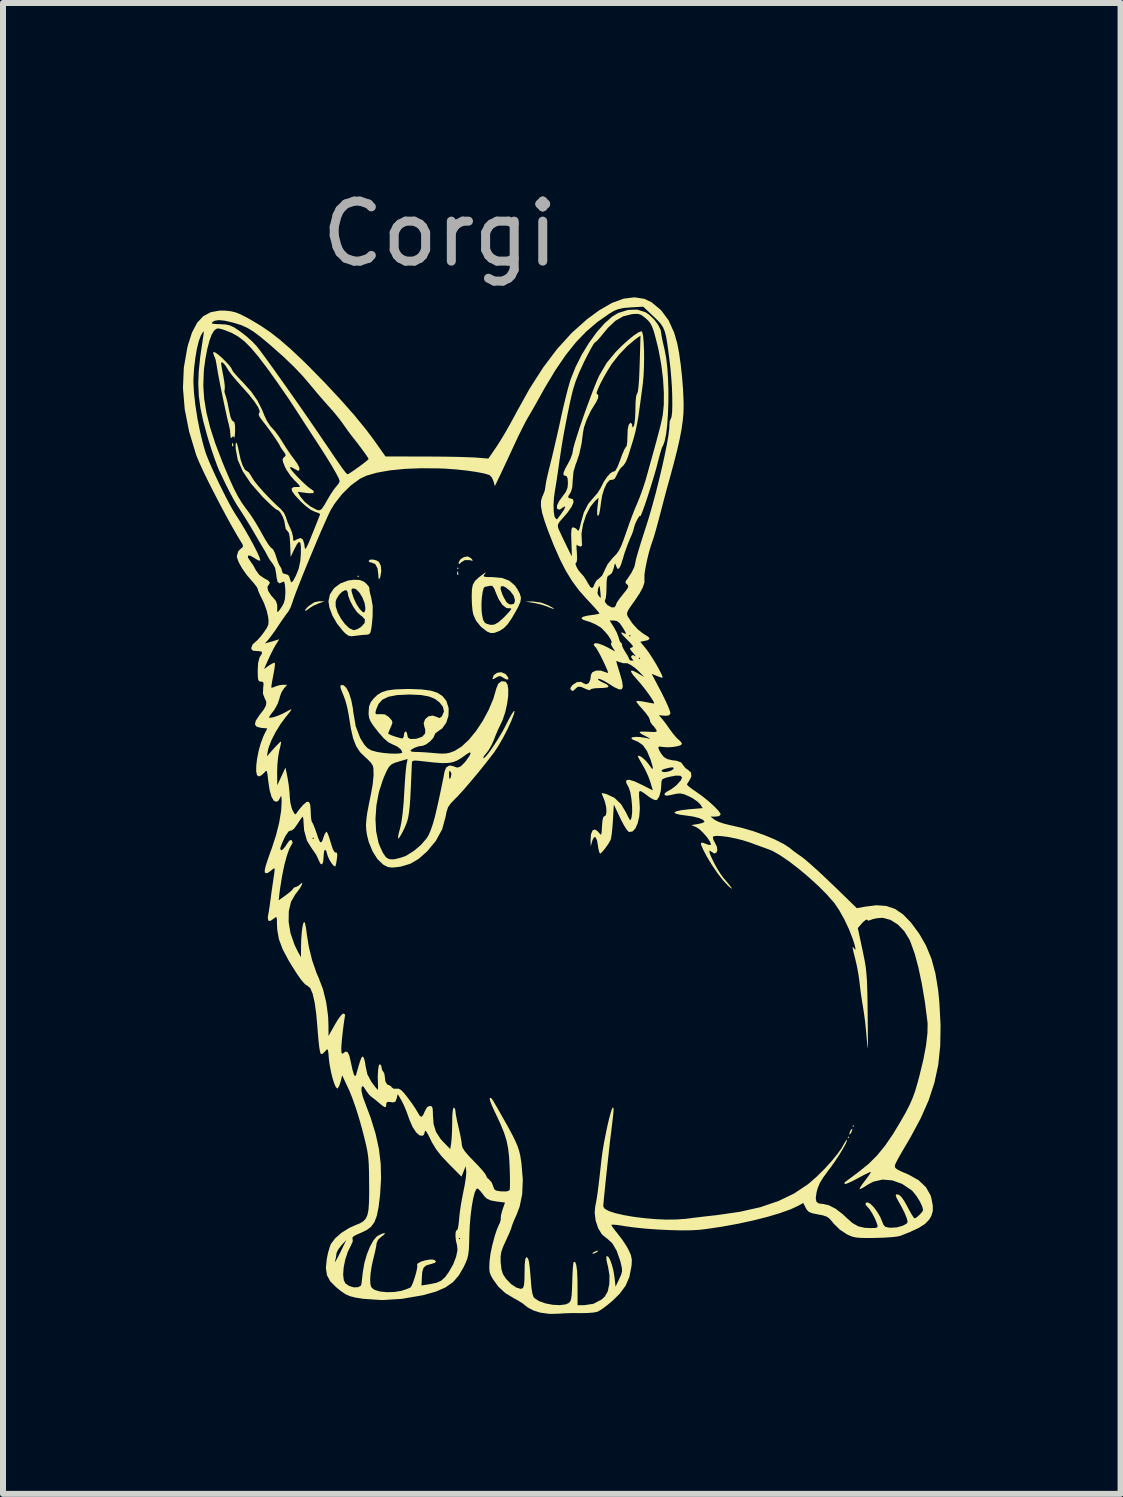
<source format=kicad_pcb>
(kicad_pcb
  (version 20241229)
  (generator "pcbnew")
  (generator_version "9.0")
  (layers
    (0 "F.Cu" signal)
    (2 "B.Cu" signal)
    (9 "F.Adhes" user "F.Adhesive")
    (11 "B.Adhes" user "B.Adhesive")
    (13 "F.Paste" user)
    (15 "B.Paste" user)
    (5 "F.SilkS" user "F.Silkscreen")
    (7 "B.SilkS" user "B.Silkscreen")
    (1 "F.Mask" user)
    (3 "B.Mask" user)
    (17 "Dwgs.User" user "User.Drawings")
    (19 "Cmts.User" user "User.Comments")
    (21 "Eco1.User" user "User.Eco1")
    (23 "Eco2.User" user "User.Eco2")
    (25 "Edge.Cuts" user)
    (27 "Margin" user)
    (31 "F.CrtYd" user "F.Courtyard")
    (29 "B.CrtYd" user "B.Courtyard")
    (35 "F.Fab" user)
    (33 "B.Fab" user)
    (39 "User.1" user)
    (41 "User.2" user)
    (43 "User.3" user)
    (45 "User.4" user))
  (footprint "Corgi"
    (layer "F.Cu")
    (at 4.283 1.348)
    (property "Reference" "Corgi" (at 0 -0.5 0) (unlocked yes) (layer "F.Fab") (effects (font (size 1 1) (thickness 0.15))))
    (fp_poly (pts (xy -1.349 5.209) (xy -1.363 5.222) (xy -1.376 5.209) (xy -1.363 5.195)) (stroke (width 0) (type solid)) (fill yes) (layer "F.SilkS"))
    (fp_poly (pts (xy 0.312 5.075) (xy 0.299 5.088) (xy 0.285 5.075) (xy 0.299 5.061)) (stroke (width 0) (type solid)) (fill yes) (layer "F.SilkS"))
    (fp_poly (pts (xy 6.823 14.56) (xy 6.809 14.573) (xy 6.796 14.56) (xy 6.809 14.546)) (stroke (width 0) (type solid)) (fill yes) (layer "F.SilkS"))
    (fp_poly (pts (xy 6.903 14.372) (xy 6.89 14.385) (xy 6.876 14.372) (xy 6.89 14.359)) (stroke (width 0) (type solid)) (fill yes) (layer "F.SilkS"))
    (fp_poly (pts (xy -3.448 2.993) (xy -3.444 3.035) (xy -3.45 3.045) (xy -3.462 3.037) (xy -3.464 3.009) (xy -3.457 2.981)) (stroke (width 0) (type solid)) (fill yes) (layer "F.SilkS"))
    (fp_poly (pts (xy 0.304 5.137) (xy 0.307 5.179) (xy 0.301 5.188) (xy 0.289 5.18) (xy 0.287 5.153) (xy 0.294 5.124)) (stroke (width 0) (type solid)) (fill yes) (layer "F.SilkS"))
    (fp_poly (pts (xy 2.634 16.46) (xy 2.616 16.475) (xy 2.567 16.498) (xy 2.549 16.501) (xy 2.544 16.49) (xy 2.563 16.475) (xy 2.612 16.453) (xy 2.63 16.449)) (stroke (width 0) (type solid)) (fill yes) (layer "F.SilkS"))
    (fp_poly (pts (xy 6.876 14.426) (xy 6.862 14.47) (xy 6.85 14.493) (xy 6.828 14.514) (xy 6.824 14.506) (xy 6.837 14.462) (xy 6.85 14.439) (xy 6.871 14.418)) (stroke (width 0) (type solid)) (fill yes) (layer "F.SilkS"))
    (fp_poly (pts (xy -1.925 5.626) (xy -2.027 5.663) (xy -2.106 5.697) (xy -2.169 5.736) (xy -2.177 5.742) (xy -2.223 5.775) (xy -2.249 5.784) (xy -2.246 5.768) (xy -2.212 5.728) (xy -2.186 5.704) (xy -2.092 5.641) (xy -2.012 5.625)) (stroke (width 0) (type solid)) (fill yes) (layer "F.SilkS"))
    (fp_poly (pts (xy 1.687 5.647) (xy 1.799 5.689) (xy 1.876 5.73) (xy 1.904 5.751) (xy 1.883 5.75) (xy 1.816 5.725) (xy 1.786 5.712) (xy 1.7 5.683) (xy 1.596 5.658) (xy 1.558 5.651) (xy 1.424 5.631) (xy 1.545 5.628)) (stroke (width 0) (type solid)) (fill yes) (layer "F.SilkS"))
    (fp_poly (pts (xy 0.511 4.902) (xy 0.52 4.91) (xy 0.549 4.943) (xy 0.537 4.949) (xy 0.492 4.939) (xy 0.414 4.939) (xy 0.361 4.971) (xy 0.322 5.004) (xy 0.311 5.001) (xy 0.316 4.968) (xy 0.347 4.921) (xy 0.4 4.889) (xy 0.464 4.877)) (stroke (width 0) (type solid)) (fill yes) (layer "F.SilkS"))
    (fp_poly (pts (xy 1.089 6.835) (xy 1.101 6.845) (xy 1.141 6.9) (xy 1.139 6.929) (xy 1.1 6.926) (xy 1.051 6.896) (xy 1.006 6.871) (xy 0.964 6.881) (xy 0.937 6.897) (xy 0.892 6.922) (xy 0.875 6.922) (xy 0.897 6.857) (xy 0.952 6.817) (xy 1.022 6.807)) (stroke (width 0) (type solid)) (fill yes) (layer "F.SilkS"))
    (fp_poly (pts (xy -1.059 4.943) (xy -1.016 4.97) (xy -0.986 5.032) (xy -0.977 5.12) (xy -0.992 5.212) (xy -1.001 5.236) (xy -1.016 5.26) (xy -1.023 5.241) (xy -1.026 5.187) (xy -1.04 5.076) (xy -1.078 5.005) (xy -1.136 4.981) (xy -1.179 4.97) (xy -1.188 4.954) (xy -1.167 4.932) (xy -1.117 4.929)) (stroke (width 0) (type solid)) (fill yes) (layer "F.SilkS"))
    (fp_poly (pts (xy -1.335 5.271) (xy -1.27 5.296) (xy -1.232 5.327) (xy -1.189 5.374) (xy -1.174 5.406) (xy -1.175 5.409) (xy -1.174 5.443) (xy -1.16 5.51) (xy -1.146 5.559) (xy -1.12 5.704) (xy -1.122 5.879) (xy -1.134 6.01) (xy -1.146 6.096) (xy -1.16 6.148) (xy -1.18 6.173) (xy -1.209 6.181) (xy -1.222 6.182) (xy -1.286 6.186) (xy -1.373 6.196) (xy -1.403 6.2) (xy -1.476 6.208) (xy -1.526 6.198) (xy -1.575 6.162) (xy -1.621 6.115) (xy -1.715 5.997) (xy -1.791 5.865) (xy -1.841 5.733) (xy -1.858 5.628) (xy -1.738 5.628) (xy -1.737 5.71) (xy -1.706 5.808) (xy -1.652 5.91) (xy -1.585 6.002) (xy -1.513 6.072) (xy -1.444 6.105) (xy -1.43 6.106) (xy -1.377 6.09) (xy -1.314 6.052) (xy -1.313 6.051) (xy -1.255 5.987) (xy -1.25 5.929) (xy -1.299 5.874) (xy -1.323 5.859) (xy -1.381 5.807) (xy -1.441 5.722) (xy -1.494 5.624) (xy -1.529 5.531) (xy -1.536 5.483) (xy -1.551 5.444) (xy -1.586 5.442) (xy -1.633 5.469) (xy -1.681 5.518) (xy -1.721 5.582) (xy -1.738 5.628) (xy -1.858 5.628) (xy -1.858 5.627) (xy -1.833 5.509) (xy -1.787 5.441) (xy -1.475 5.441) (xy -1.467 5.481) (xy -1.435 5.578) (xy -1.39 5.673) (xy -1.339 5.751) (xy -1.291 5.801) (xy -1.265 5.812) (xy -1.248 5.788) (xy -1.242 5.737) (xy -1.256 5.652) (xy -1.292 5.561) (xy -1.341 5.481) (xy -1.394 5.427) (xy -1.424 5.414) (xy -1.466 5.414) (xy -1.475 5.441) (xy -1.787 5.441) (xy -1.764 5.406) (xy -1.659 5.327) (xy -1.527 5.278) (xy -1.428 5.266)) (stroke (width 0) (type solid)) (fill yes) (layer "F.SilkS"))
    (fp_poly (pts (xy 0.762 5.152) (xy 0.744 5.175) (xy 0.728 5.201) (xy 0.738 5.215) (xy 0.782 5.221) (xy 0.87 5.222) (xy 0.874 5.222) (xy 1.034 5.236) (xy 1.155 5.281) (xy 1.248 5.36) (xy 1.291 5.422) (xy 1.334 5.503) (xy 1.351 5.567) (xy 1.343 5.631) (xy 1.307 5.714) (xy 1.276 5.773) (xy 1.196 5.911) (xy 1.129 6.008) (xy 1.065 6.074) (xy 0.997 6.117) (xy 0.994 6.119) (xy 0.908 6.152) (xy 0.845 6.154) (xy 0.783 6.128) (xy 0.684 6.05) (xy 0.602 5.948) (xy 0.556 5.845) (xy 0.542 5.768) (xy 0.534 5.67) (xy 0.693 5.67) (xy 0.695 5.776) (xy 0.701 5.84) (xy 0.719 5.93) (xy 0.747 5.98) (xy 0.777 5.999) (xy 0.847 6.019) (xy 0.909 6.013) (xy 0.976 5.975) (xy 1.059 5.901) (xy 1.085 5.875) (xy 1.158 5.797) (xy 1.19 5.753) (xy 1.182 5.741) (xy 1.175 5.743) (xy 1.109 5.738) (xy 1.042 5.685) (xy 0.979 5.589) (xy 0.937 5.492) (xy 0.908 5.419) (xy 1.011 5.419) (xy 1.038 5.503) (xy 1.065 5.562) (xy 1.108 5.637) (xy 1.151 5.672) (xy 1.185 5.678) (xy 1.233 5.668) (xy 1.249 5.627) (xy 1.25 5.602) (xy 1.228 5.529) (xy 1.171 5.453) (xy 1.095 5.393) (xy 1.056 5.374) (xy 1.017 5.376) (xy 1.011 5.419) (xy 0.908 5.419) (xy 0.905 5.412) (xy 0.878 5.373) (xy 0.847 5.365) (xy 0.834 5.368) (xy 0.775 5.38) (xy 0.75 5.383) (xy 0.729 5.407) (xy 0.712 5.472) (xy 0.699 5.564) (xy 0.693 5.67) (xy 0.534 5.67) (xy 0.533 5.659) (xy 0.53 5.543) (xy 0.53 5.539) (xy 0.534 5.426) (xy 0.549 5.348) (xy 0.585 5.286) (xy 0.649 5.226) (xy 0.727 5.167) (xy 0.764 5.142)) (stroke (width 0) (type solid)) (fill yes) (layer "F.SilkS"))
    (fp_poly (pts (xy 1.091 6.965) (xy 1.096 6.967) (xy 1.127 7.013) (xy 1.14 7.097) (xy 1.138 7.209) (xy 1.12 7.337) (xy 1.09 7.47) (xy 1.048 7.597) (xy 1.007 7.687) (xy 0.968 7.767) (xy 0.925 7.869) (xy 0.903 7.928) (xy 0.86 8.025) (xy 0.808 8.113) (xy 0.779 8.151) (xy 0.737 8.202) (xy 0.721 8.236) (xy 0.723 8.241) (xy 0.746 8.23) (xy 0.79 8.182) (xy 0.848 8.105) (xy 0.913 8.008) (xy 0.981 7.901) (xy 1.045 7.793) (xy 1.094 7.701) (xy 1.153 7.584) (xy 1.2 7.501) (xy 1.232 7.456) (xy 1.245 7.451) (xy 1.238 7.491) (xy 1.236 7.5) (xy 1.193 7.613) (xy 1.129 7.753) (xy 1.053 7.9) (xy 0.973 8.038) (xy 0.9 8.149) (xy 0.894 8.156) (xy 0.769 8.318) (xy 0.638 8.481) (xy 0.509 8.635) (xy 0.392 8.771) (xy 0.294 8.878) (xy 0.25 8.922) (xy 0.178 8.997) (xy 0.135 9.06) (xy 0.11 9.136) (xy 0.095 9.216) (xy 0.038 9.425) (xy -0.068 9.619) (xy -0.211 9.792) (xy -0.353 9.918) (xy -0.494 10.001) (xy -0.649 10.047) (xy -0.707 10.056) (xy -0.801 10.064) (xy -0.866 10.055) (xy -0.926 10.026) (xy -0.948 10.012) (xy -1.041 9.923) (xy -1.122 9.794) (xy -1.186 9.639) (xy -1.215 9.522) (xy -1.228 9.439) (xy -1.232 9.357) (xy -1.226 9.264) (xy -1.225 9.252) (xy -1.074 9.252) (xy -1.063 9.462) (xy -1.024 9.646) (xy -1 9.711) (xy -0.948 9.822) (xy -0.901 9.89) (xy -0.849 9.923) (xy -0.784 9.927) (xy -0.748 9.923) (xy -0.654 9.9) (xy -0.568 9.869) (xy -0.559 9.864) (xy -0.435 9.787) (xy -0.317 9.687) (xy -0.224 9.58) (xy -0.19 9.527) (xy -0.154 9.443) (xy -0.116 9.332) (xy -0.083 9.215) (xy -0.083 9.214) (xy -0.052 9.083) (xy -0.019 8.937) (xy 0.012 8.791) (xy 0.04 8.656) (xy 0.062 8.546) (xy 0.067 8.518) (xy 0.153 8.518) (xy 0.155 8.575) (xy 0.165 8.585) (xy 0.18 8.565) (xy 0.192 8.5) (xy 0.18 8.471) (xy 0.162 8.449) (xy 0.154 8.47) (xy 0.153 8.518) (xy 0.067 8.518) (xy 0.075 8.473) (xy 0.076 8.467) (xy 0.104 8.396) (xy 0.158 8.362) (xy 0.223 8.373) (xy 0.23 8.377) (xy 0.288 8.398) (xy 0.343 8.38) (xy 0.406 8.32) (xy 0.437 8.282) (xy 0.493 8.202) (xy 0.513 8.155) (xy 0.5 8.143) (xy 0.451 8.17) (xy 0.437 8.18) (xy 0.355 8.239) (xy 0.284 8.281) (xy 0.212 8.308) (xy 0.131 8.321) (xy 0.029 8.322) (xy -0.103 8.312) (xy -0.275 8.293) (xy -0.324 8.287) (xy -0.41 8.28) (xy -0.454 8.286) (xy -0.466 8.307) (xy -0.477 8.554) (xy -0.486 8.754) (xy -0.494 8.913) (xy -0.503 9.039) (xy -0.514 9.137) (xy -0.526 9.214) (xy -0.54 9.276) (xy -0.559 9.331) (xy -0.581 9.384) (xy -0.595 9.416) (xy -0.638 9.5) (xy -0.673 9.56) (xy -0.694 9.583) (xy -0.696 9.582) (xy -0.697 9.55) (xy -0.684 9.483) (xy -0.664 9.411) (xy -0.641 9.305) (xy -0.621 9.156) (xy -0.604 8.975) (xy -0.597 8.853) (xy -0.588 8.703) (xy -0.579 8.564) (xy -0.569 8.449) (xy -0.56 8.37) (xy -0.558 8.352) (xy -0.539 8.254) (xy -0.683 8.296) (xy -0.757 8.319) (xy -0.809 8.345) (xy -0.848 8.384) (xy -0.885 8.447) (xy -0.928 8.544) (xy -0.952 8.604) (xy -1.018 8.809) (xy -1.059 9.03) (xy -1.074 9.252) (xy -1.225 9.252) (xy -1.211 9.15) (xy -1.183 9.003) (xy -1.149 8.839) (xy -1.12 8.673) (xy -1.106 8.528) (xy -1.108 8.415) (xy -1.117 8.368) (xy -1.149 8.318) (xy -1.207 8.257) (xy -1.243 8.226) (xy -1.331 8.14) (xy -1.397 8.038) (xy -1.447 7.909) (xy -1.485 7.741) (xy -1.497 7.667) (xy -1.522 7.512) (xy -1.545 7.395) (xy -1.57 7.299) (xy -1.601 7.21) (xy -1.629 7.142) (xy -1.658 7.063) (xy -1.655 7.024) (xy -1.621 7.021) (xy -1.603 7.027) (xy -1.558 7.07) (xy -1.515 7.155) (xy -1.478 7.271) (xy -1.451 7.409) (xy -1.444 7.471) (xy -1.403 7.71) (xy -1.327 7.908) (xy -1.259 8.016) (xy -1.205 8.074) (xy -1.142 8.111) (xy -1.049 8.136) (xy -1.034 8.139) (xy -0.933 8.154) (xy -0.828 8.163) (xy -0.734 8.165) (xy -0.662 8.16) (xy -0.627 8.148) (xy -0.626 8.144) (xy -0.65 8.095) (xy -0.711 8.046) (xy -0.79 8.01) (xy -0.859 7.976) (xy -0.934 7.911) (xy -1.025 7.808) (xy -1.038 7.791) (xy -1.111 7.697) (xy -1.156 7.628) (xy -1.179 7.572) (xy -1.188 7.512) (xy -1.188 7.493) (xy -1.075 7.493) (xy -1.055 7.509) (xy -0.996 7.506) (xy -0.919 7.51) (xy -0.856 7.55) (xy -0.842 7.565) (xy -0.801 7.612) (xy -0.791 7.649) (xy -0.809 7.7) (xy -0.823 7.731) (xy -0.85 7.793) (xy -0.862 7.83) (xy -0.861 7.833) (xy -0.82 7.854) (xy -0.754 7.878) (xy -0.685 7.899) (xy -0.633 7.911) (xy -0.619 7.911) (xy -0.602 7.877) (xy -0.599 7.846) (xy -0.587 7.804) (xy -0.572 7.794) (xy -0.55 7.817) (xy -0.545 7.846) (xy -0.533 7.898) (xy -0.49 7.921) (xy -0.408 7.918) (xy -0.382 7.914) (xy -0.294 7.882) (xy -0.246 7.828) (xy -0.245 7.758) (xy -0.254 7.735) (xy -0.271 7.657) (xy -0.246 7.59) (xy -0.192 7.544) (xy -0.12 7.53) (xy -0.054 7.552) (xy -0.008 7.572) (xy 0.026 7.55) (xy 0.035 7.538) (xy 0.068 7.461) (xy 0.05 7.383) (xy -0.005 7.312) (xy -0.083 7.252) (xy -0.183 7.212) (xy -0.313 7.188) (xy -0.484 7.18) (xy -0.532 7.18) (xy -0.717 7.189) (xy -0.856 7.216) (xy -0.957 7.264) (xy -1.024 7.337) (xy -1.065 7.436) (xy -1.068 7.447) (xy -1.075 7.493) (xy -1.188 7.493) (xy -1.188 7.472) (xy -1.181 7.377) (xy -1.152 7.306) (xy -1.107 7.248) (xy -1.042 7.185) (xy -0.967 7.14) (xy -0.874 7.111) (xy -0.751 7.094) (xy -0.59 7.088) (xy -0.505 7.087) (xy -0.308 7.094) (xy -0.155 7.114) (xy -0.041 7.15) (xy 0.043 7.205) (xy 0.103 7.28) (xy 0.11 7.293) (xy 0.146 7.407) (xy 0.143 7.53) (xy 0.107 7.647) (xy 0.04 7.742) (xy -0.03 7.792) (xy -0.076 7.826) (xy -0.09 7.856) (xy -0.111 7.904) (xy -0.163 7.96) (xy -0.227 8.009) (xy -0.287 8.034) (xy -0.298 8.035) (xy -0.361 8.045) (xy -0.427 8.069) (xy -0.477 8.098) (xy -0.492 8.118) (xy -0.468 8.132) (xy -0.411 8.136) (xy -0.405 8.136) (xy -0.336 8.138) (xy -0.234 8.144) (xy -0.12 8.153) (xy -0.103 8.155) (xy 0.013 8.164) (xy 0.095 8.163) (xy 0.163 8.15) (xy 0.238 8.122) (xy 0.249 8.117) (xy 0.364 8.045) (xy 0.485 7.931) (xy 0.605 7.784) (xy 0.717 7.614) (xy 0.815 7.43) (xy 0.893 7.244) (xy 0.941 7.077) (xy 0.974 6.997) (xy 1.028 6.957)) (stroke (width 0) (type solid)) (fill yes) (layer "F.SilkS"))
    (fp_poly (pts (xy 3.41 0.584) (xy 3.527 0.64) (xy 3.685 0.771) (xy 3.811 0.94) (xy 3.906 1.15) (xy 3.958 1.332) (xy 3.987 1.487) (xy 4.014 1.679) (xy 4.037 1.888) (xy 4.053 2.097) (xy 4.062 2.289) (xy 4.063 2.363) (xy 4.06 2.487) (xy 4.048 2.616) (xy 4.028 2.758) (xy 3.997 2.92) (xy 3.954 3.109) (xy 3.897 3.332) (xy 3.825 3.598) (xy 3.809 3.655) (xy 3.773 3.785) (xy 3.731 3.944) (xy 3.688 4.108) (xy 3.662 4.209) (xy 3.627 4.339) (xy 3.595 4.456) (xy 3.568 4.548) (xy 3.552 4.597) (xy 3.516 4.702) (xy 3.48 4.827) (xy 3.449 4.957) (xy 3.425 5.078) (xy 3.41 5.177) (xy 3.409 5.24) (xy 3.409 5.242) (xy 3.41 5.309) (xy 3.384 5.39) (xy 3.33 5.492) (xy 3.242 5.623) (xy 3.205 5.674) (xy 3.149 5.756) (xy 3.122 5.809) (xy 3.12 5.849) (xy 3.13 5.875) (xy 3.205 5.99) (xy 3.299 6.094) (xy 3.395 6.169) (xy 3.405 6.174) (xy 3.475 6.218) (xy 3.495 6.25) (xy 3.466 6.273) (xy 3.42 6.284) (xy 3.34 6.3) (xy 3.441 6.424) (xy 3.49 6.491) (xy 3.547 6.579) (xy 3.606 6.676) (xy 3.658 6.77) (xy 3.697 6.847) (xy 3.714 6.894) (xy 3.715 6.897) (xy 3.693 6.897) (xy 3.639 6.879) (xy 3.622 6.872) (xy 3.53 6.834) (xy 3.691 7.141) (xy 3.751 7.261) (xy 3.799 7.366) (xy 3.831 7.446) (xy 3.843 7.492) (xy 3.843 7.494) (xy 3.82 7.526) (xy 3.763 7.534) (xy 3.742 7.532) (xy 3.65 7.525) (xy 3.704 7.586) (xy 3.751 7.645) (xy 3.809 7.725) (xy 3.835 7.763) (xy 3.893 7.841) (xy 3.951 7.907) (xy 3.974 7.927) (xy 4.019 7.971) (xy 4.036 8.004) (xy 4.012 8.025) (xy 3.951 8.043) (xy 3.87 8.055) (xy 3.784 8.059) (xy 3.714 8.053) (xy 3.658 8.046) (xy 3.639 8.06) (xy 3.654 8.105) (xy 3.687 8.162) (xy 3.732 8.22) (xy 3.789 8.255) (xy 3.874 8.275) (xy 3.943 8.283) (xy 4.019 8.31) (xy 4.049 8.349) (xy 4.093 8.406) (xy 4.136 8.435) (xy 4.187 8.481) (xy 4.191 8.548) (xy 4.158 8.613) (xy 4.127 8.659) (xy 4.118 8.681) (xy 4.138 8.703) (xy 4.191 8.745) (xy 4.267 8.798) (xy 4.269 8.799) (xy 4.373 8.873) (xy 4.475 8.955) (xy 4.565 9.036) (xy 4.635 9.107) (xy 4.674 9.16) (xy 4.679 9.178) (xy 4.655 9.206) (xy 4.595 9.214) (xy 4.511 9.214) (xy 4.58 9.268) (xy 4.64 9.3) (xy 4.736 9.332) (xy 4.849 9.36) (xy 4.861 9.362) (xy 5.041 9.404) (xy 5.23 9.459) (xy 5.414 9.525) (xy 5.584 9.596) (xy 5.726 9.668) (xy 5.83 9.735) (xy 5.845 9.748) (xy 5.897 9.79) (xy 5.974 9.846) (xy 6.026 9.882) (xy 6.085 9.927) (xy 6.173 10.003) (xy 6.283 10.101) (xy 6.407 10.216) (xy 6.535 10.339) (xy 6.552 10.354) (xy 6.95 10.741) (xy 7.091 10.715) (xy 7.278 10.692) (xy 7.441 10.704) (xy 7.586 10.753) (xy 7.72 10.844) (xy 7.851 10.979) (xy 7.987 11.163) (xy 7.992 11.17) (xy 8.105 11.368) (xy 8.194 11.585) (xy 8.26 11.829) (xy 8.306 12.109) (xy 8.326 12.317) (xy 8.346 12.697) (xy 8.34 13.038) (xy 8.307 13.353) (xy 8.243 13.651) (xy 8.147 13.944) (xy 8.015 14.243) (xy 7.846 14.558) (xy 7.778 14.674) (xy 7.71 14.789) (xy 7.651 14.892) (xy 7.609 14.971) (xy 7.588 15.016) (xy 7.588 15.017) (xy 7.583 15.047) (xy 7.593 15.072) (xy 7.626 15.097) (xy 7.691 15.13) (xy 7.796 15.175) (xy 7.817 15.184) (xy 7.979 15.275) (xy 8.101 15.391) (xy 8.178 15.526) (xy 8.192 15.572) (xy 8.216 15.697) (xy 8.216 15.792) (xy 8.191 15.873) (xy 8.156 15.932) (xy 8.087 16.004) (xy 7.978 16.073) (xy 7.823 16.144) (xy 7.801 16.153) (xy 7.735 16.179) (xy 7.675 16.203) (xy 7.62 16.215) (xy 7.526 16.225) (xy 7.404 16.233) (xy 7.267 16.237) (xy 7.259 16.238) (xy 7.114 16.239) (xy 7.01 16.237) (xy 6.935 16.23) (xy 6.876 16.217) (xy 6.821 16.195) (xy 6.782 16.176) (xy 6.666 16.099) (xy 6.565 16) (xy 6.558 15.991) (xy 6.502 15.923) (xy 6.451 15.884) (xy 6.383 15.861) (xy 6.304 15.846) (xy 6.21 15.827) (xy 6.153 15.805) (xy 6.118 15.771) (xy 6.098 15.737) (xy 6.057 15.655) (xy 5.975 15.701) (xy 5.843 15.762) (xy 5.666 15.825) (xy 5.454 15.888) (xy 5.216 15.948) (xy 4.961 16.003) (xy 4.697 16.051) (xy 4.434 16.09) (xy 4.331 16.102) (xy 4.199 16.11) (xy 4.028 16.112) (xy 3.832 16.107) (xy 3.624 16.097) (xy 3.419 16.082) (xy 3.229 16.062) (xy 3.07 16.04) (xy 3.052 16.036) (xy 2.958 16.022) (xy 2.889 16.016) (xy 2.858 16.019) (xy 2.857 16.021) (xy 2.873 16.05) (xy 2.915 16.107) (xy 2.966 16.171) (xy 3.04 16.267) (xy 3.11 16.374) (xy 3.143 16.433) (xy 3.183 16.521) (xy 3.199 16.596) (xy 3.196 16.686) (xy 3.192 16.714) (xy 3.158 16.889) (xy 3.095 17.035) (xy 2.996 17.169) (xy 2.885 17.278) (xy 2.794 17.355) (xy 2.709 17.419) (xy 2.643 17.46) (xy 2.627 17.468) (xy 2.563 17.481) (xy 2.465 17.489) (xy 2.352 17.491) (xy 2.335 17.491) (xy 2.208 17.49) (xy 2.079 17.494) (xy 1.975 17.501) (xy 1.973 17.501) (xy 1.829 17.504) (xy 1.68 17.484) (xy 1.67 17.482) (xy 1.557 17.446) (xy 1.467 17.398) (xy 1.442 17.379) (xy 1.376 17.327) (xy 1.286 17.271) (xy 1.236 17.245) (xy 1.089 17.156) (xy 0.975 17.051) (xy 0.887 16.93) (xy 0.85 16.865) (xy 0.829 16.809) (xy 0.823 16.744) (xy 0.826 16.649) (xy 0.829 16.611) (xy 0.844 16.496) (xy 0.873 16.36) (xy 0.909 16.223) (xy 0.949 16.099) (xy 0.989 16.006) (xy 1 15.986) (xy 1.015 15.931) (xy 1.014 15.911) (xy 1.018 15.862) (xy 1.037 15.787) (xy 1.046 15.759) (xy 1.085 15.648) (xy 0.939 15.63) (xy 0.842 15.611) (xy 0.779 15.581) (xy 0.74 15.541) (xy 0.681 15.464) (xy 0.644 15.424) (xy 0.622 15.413) (xy 0.609 15.421) (xy 0.581 15.479) (xy 0.555 15.58) (xy 0.531 15.714) (xy 0.511 15.871) (xy 0.497 16.04) (xy 0.491 16.181) (xy 0.487 16.329) (xy 0.482 16.437) (xy 0.472 16.518) (xy 0.456 16.584) (xy 0.431 16.648) (xy 0.398 16.72) (xy 0.315 16.863) (xy 0.217 16.976) (xy 0.092 17.063) (xy -0.066 17.132) (xy -0.268 17.189) (xy -0.283 17.193) (xy -0.633 17.253) (xy -0.965 17.274) (xy -1.272 17.253) (xy -1.282 17.252) (xy -1.408 17.232) (xy -1.498 17.209) (xy -1.572 17.177) (xy -1.647 17.126) (xy -1.73 17.059) (xy -1.827 16.962) (xy -1.883 16.859) (xy -1.884 16.847) (xy -1.613 16.847) (xy -1.602 16.942) (xy -1.575 16.996) (xy -1.511 17.039) (xy -1.436 17.061) (xy -1.366 17.06) (xy -1.319 17.035) (xy -1.309 17.011) (xy -1.303 16.965) (xy -1.294 16.883) (xy -1.284 16.8) (xy -1.259 16.656) (xy -1.218 16.513) (xy -1.165 16.382) (xy -1.107 16.277) (xy -1.049 16.211) (xy -1.037 16.203) (xy -0.971 16.17) (xy -0.928 16.157) (xy -0.915 16.165) (xy -0.942 16.193) (xy -0.967 16.21) (xy -1.032 16.268) (xy -1.055 16.324) (xy -1.062 16.377) (xy -1.08 16.464) (xy -1.105 16.568) (xy -1.109 16.581) (xy -1.136 16.701) (xy -1.155 16.825) (xy -1.162 16.921) (xy -1.159 17.007) (xy -1.144 17.057) (xy -1.112 17.089) (xy -1.088 17.103) (xy -1.003 17.13) (xy -0.887 17.142) (xy -0.761 17.139) (xy -0.646 17.12) (xy -0.628 17.115) (xy -0.553 17.09) (xy -0.498 17.068) (xy -0.493 17.066) (xy -0.472 17.037) (xy -0.446 16.975) (xy -0.419 16.895) (xy -0.395 16.812) (xy -0.38 16.741) (xy -0.376 16.697) (xy -0.381 16.69) (xy -0.379 16.675) (xy -0.366 16.661) (xy -0.316 16.633) (xy -0.239 16.61) (xy -0.159 16.597) (xy -0.102 16.6) (xy -0.1 16.601) (xy -0.065 16.626) (xy -0.081 16.651) (xy -0.144 16.672) (xy -0.154 16.674) (xy -0.229 16.696) (xy -0.272 16.734) (xy -0.294 16.802) (xy -0.301 16.893) (xy -0.307 17.03) (xy -0.173 17.009) (xy -0.058 16.986) (xy 0.022 16.95) (xy 0.087 16.891) (xy 0.149 16.805) (xy 0.222 16.676) (xy 0.271 16.549) (xy 0.293 16.436) (xy 0.284 16.352) (xy 0.268 16.288) (xy 0.263 16.248) (xy 0.312 16.248) (xy 0.325 16.261) (xy 0.339 16.248) (xy 0.325 16.234) (xy 0.312 16.248) (xy 0.263 16.248) (xy 0.26 16.216) (xy 0.261 16.153) (xy 0.27 16.115) (xy 0.282 16.112) (xy 0.295 16.095) (xy 0.308 16.036) (xy 0.318 15.948) (xy 0.319 15.933) (xy 0.331 15.816) (xy 0.352 15.673) (xy 0.379 15.527) (xy 0.39 15.473) (xy 0.414 15.351) (xy 0.432 15.239) (xy 0.439 15.155) (xy 0.439 15.125) (xy 0.429 15.042) (xy 0.395 15.129) (xy 0.36 15.216) (xy 0.147 15.002) (xy 0.026 14.874) (xy -0.063 14.76) (xy -0.132 14.646) (xy -0.157 14.594) (xy -0.204 14.501) (xy -0.235 14.453) (xy -0.249 14.453) (xy -0.25 14.46) (xy -0.265 14.514) (xy -0.288 14.535) (xy -0.34 14.528) (xy -0.397 14.477) (xy -0.455 14.388) (xy -0.507 14.27) (xy -0.518 14.238) (xy -0.558 14.127) (xy -0.603 14.02) (xy -0.641 13.945) (xy -0.703 13.84) (xy -0.721 13.914) (xy -0.742 13.966) (xy -0.78 13.979) (xy -0.817 13.973) (xy -0.872 13.969) (xy -0.892 13.99) (xy -0.894 14.011) (xy -0.899 14.051) (xy -0.919 14.058) (xy -0.963 14.03) (xy -1.016 13.986) (xy -1.08 13.932) (xy -1.132 13.893) (xy -1.143 13.885) (xy -1.182 13.849) (xy -1.228 13.787) (xy -1.236 13.773) (xy -1.272 13.719) (xy -1.292 13.706) (xy -1.305 13.731) (xy -1.307 13.737) (xy -1.307 13.791) (xy -1.288 13.874) (xy -1.267 13.934) (xy -1.154 14.235) (xy -1.071 14.505) (xy -1.016 14.756) (xy -0.987 15) (xy -0.981 15.25) (xy -0.997 15.516) (xy -1 15.544) (xy -1.023 15.729) (xy -1.052 15.87) (xy -1.091 15.974) (xy -1.146 16.05) (xy -1.22 16.106) (xy -1.316 16.152) (xy -1.41 16.193) (xy -1.455 16.224) (xy -1.457 16.247) (xy -1.452 16.294) (xy -1.481 16.358) (xy -1.536 16.471) (xy -1.578 16.599) (xy -1.604 16.728) (xy -1.613 16.847) (xy -1.884 16.847) (xy -1.901 16.739) (xy -1.891 16.639) (xy -1.753 16.639) (xy -1.744 16.633) (xy -1.716 16.586) (xy -1.673 16.503) (xy -1.646 16.449) (xy -1.561 16.274) (xy -1.643 16.362) (xy -1.693 16.427) (xy -1.722 16.485) (xy -1.724 16.5) (xy -1.734 16.571) (xy -1.742 16.6) (xy -1.753 16.639) (xy -1.891 16.639) (xy -1.886 16.587) (xy -1.884 16.577) (xy -1.862 16.475) (xy -1.835 16.385) (xy -1.817 16.338) (xy -1.746 16.244) (xy -1.638 16.15) (xy -1.507 16.069) (xy -1.403 16.022) (xy -1.33 15.993) (xy -1.275 15.959) (xy -1.235 15.914) (xy -1.207 15.851) (xy -1.19 15.763) (xy -1.182 15.641) (xy -1.179 15.479) (xy -1.18 15.31) (xy -1.182 15.14) (xy -1.186 15.008) (xy -1.194 14.899) (xy -1.208 14.799) (xy -1.23 14.691) (xy -1.262 14.56) (xy -1.296 14.427) (xy -1.347 14.246) (xy -1.403 14.067) (xy -1.46 13.906) (xy -1.511 13.779) (xy -1.519 13.763) (xy -1.629 13.527) (xy -1.656 13.637) (xy -1.679 13.704) (xy -1.703 13.744) (xy -1.711 13.747) (xy -1.735 13.724) (xy -1.763 13.659) (xy -1.793 13.564) (xy -1.819 13.452) (xy -1.841 13.334) (xy -1.851 13.25) (xy -1.859 13.154) (xy -1.868 13.104) (xy -1.88 13.092) (xy -1.899 13.11) (xy -1.915 13.13) (xy -1.96 13.172) (xy -1.989 13.166) (xy -1.999 13.131) (xy -2.012 13.053) (xy -2.024 12.941) (xy -2.036 12.806) (xy -2.041 12.738) (xy -2.062 12.498) (xy -2.089 12.307) (xy -2.122 12.165) (xy -2.161 12.074) (xy -2.206 12.036) (xy -2.248 12.009) (xy -2.304 11.947) (xy -2.377 11.845) (xy -2.469 11.7) (xy -2.525 11.607) (xy -2.623 11.422) (xy -2.684 11.257) (xy -2.712 11.096) (xy -2.716 11.014) (xy -2.717 10.932) (xy -2.723 10.893) (xy -2.739 10.891) (xy -2.765 10.912) (xy -2.825 10.953) (xy -2.861 10.949) (xy -2.87 10.899) (xy -2.865 10.869) (xy -2.853 10.799) (xy -2.837 10.697) (xy -2.822 10.585) (xy -2.821 10.581) (xy -2.805 10.456) (xy -2.786 10.328) (xy -2.772 10.232) (xy -2.76 10.15) (xy -2.755 10.093) (xy -2.757 10.076) (xy -2.78 10.085) (xy -2.824 10.121) (xy -2.826 10.123) (xy -2.877 10.157) (xy -2.911 10.155) (xy -2.92 10.136) (xy -2.919 10.1) (xy -2.905 10.04) (xy -2.876 9.949) (xy -2.831 9.82) (xy -2.799 9.733) (xy -2.731 9.522) (xy -2.679 9.313) (xy -2.647 9.121) (xy -2.638 8.968) (xy -2.641 8.892) (xy -2.648 8.868) (xy -2.659 8.891) (xy -2.659 8.893) (xy -2.69 8.947) (xy -2.724 8.968) (xy -2.768 8.951) (xy -2.807 8.885) (xy -2.839 8.772) (xy -2.862 8.617) (xy -2.863 8.612) (xy -2.873 8.515) (xy -2.883 8.464) (xy -2.895 8.45) (xy -2.915 8.466) (xy -2.93 8.485) (xy -2.98 8.529) (xy -3.021 8.545) (xy -3.05 8.521) (xy -3.063 8.456) (xy -3.061 8.361) (xy -3.047 8.246) (xy -3.022 8.12) (xy -2.987 7.994) (xy -2.943 7.877) (xy -2.92 7.828) (xy -2.877 7.744) (xy -2.977 7.736) (xy -3.053 7.717) (xy -3.084 7.678) (xy -3.069 7.614) (xy -3.008 7.524) (xy -3.004 7.518) (xy -2.933 7.425) (xy -2.898 7.357) (xy -2.894 7.302) (xy -2.917 7.248) (xy -2.92 7.243) (xy -2.95 7.165) (xy -2.946 7.07) (xy -2.939 7.002) (xy -2.948 6.971) (xy -2.979 6.964) (xy -2.983 6.964) (xy -3.012 6.959) (xy -3.028 6.936) (xy -3.035 6.883) (xy -3.037 6.789) (xy -3.037 6.781) (xy -3.036 6.754) (xy -2.931 6.754) (xy -2.849 6.695) (xy -2.792 6.661) (xy -2.756 6.649) (xy -2.752 6.651) (xy -2.75 6.682) (xy -2.758 6.751) (xy -2.775 6.845) (xy -2.778 6.861) (xy -2.796 6.956) (xy -2.808 7.029) (xy -2.81 7.065) (xy -2.81 7.066) (xy -2.782 7.062) (xy -2.746 7.046) (xy -2.677 7.024) (xy -2.619 7.017) (xy -2.546 7.017) (xy -2.6 7.078) (xy -2.642 7.145) (xy -2.672 7.23) (xy -2.674 7.244) (xy -2.704 7.333) (xy -2.755 7.426) (xy -2.771 7.449) (xy -2.818 7.51) (xy -2.846 7.552) (xy -2.85 7.561) (xy -2.828 7.568) (xy -2.773 7.557) (xy -2.699 7.532) (xy -2.622 7.499) (xy -2.575 7.474) (xy -2.515 7.441) (xy -2.479 7.426) (xy -2.474 7.427) (xy -2.49 7.454) (xy -2.531 7.507) (xy -2.569 7.554) (xy -2.656 7.671) (xy -2.738 7.804) (xy -2.806 7.937) (xy -2.852 8.054) (xy -2.865 8.102) (xy -2.884 8.21) (xy -2.77 8.081) (xy -2.71 8.017) (xy -2.666 7.973) (xy -2.648 7.961) (xy -2.649 7.989) (xy -2.662 8.053) (xy -2.678 8.115) (xy -2.696 8.217) (xy -2.709 8.345) (xy -2.713 8.472) (xy -2.713 8.477) (xy -2.711 8.692) (xy -2.574 8.397) (xy -2.539 8.571) (xy -2.52 8.689) (xy -2.507 8.81) (xy -2.503 8.882) (xy -2.493 8.983) (xy -2.469 9.078) (xy -2.456 9.108) (xy -2.426 9.164) (xy -2.406 9.177) (xy -2.386 9.153) (xy -2.383 9.147) (xy -2.345 9.094) (xy -2.29 9.03) (xy -2.278 9.017) (xy -2.223 8.97) (xy -2.185 8.968) (xy -2.163 9.012) (xy -2.154 9.105) (xy -2.153 9.149) (xy -2.149 9.232) (xy -2.138 9.293) (xy -2.129 9.309) (xy -2.109 9.348) (xy -2.081 9.419) (xy -2.059 9.482) (xy -2.024 9.584) (xy -1.998 9.638) (xy -1.977 9.644) (xy -1.956 9.607) (xy -1.942 9.563) (xy -1.917 9.499) (xy -1.894 9.468) (xy -1.887 9.468) (xy -1.869 9.499) (xy -1.844 9.567) (xy -1.818 9.654) (xy -1.785 9.756) (xy -1.756 9.807) (xy -1.737 9.813) (xy -1.716 9.818) (xy -1.711 9.86) (xy -1.717 9.916) (xy -1.728 9.989) (xy -1.74 10.037) (xy -1.743 10.045) (xy -1.766 10.038) (xy -1.802 9.998) (xy -1.839 9.939) (xy -1.868 9.877) (xy -1.876 9.85) (xy -1.897 9.782) (xy -1.917 9.765) (xy -1.932 9.798) (xy -1.939 9.878) (xy -1.939 9.885) (xy -1.946 9.972) (xy -1.965 10.011) (xy -1.992 10) (xy -2.023 9.937) (xy -2.028 9.923) (xy -2.063 9.85) (xy -2.116 9.772) (xy -2.127 9.759) (xy -2.215 9.618) (xy -2.227 9.576) (xy -2.126 9.576) (xy -2.113 9.589) (xy -2.099 9.576) (xy -2.113 9.563) (xy -2.126 9.576) (xy -2.227 9.576) (xy -2.263 9.446) (xy -2.271 9.342) (xy -2.275 9.268) (xy -2.282 9.222) (xy -2.287 9.215) (xy -2.307 9.237) (xy -2.345 9.291) (xy -2.375 9.338) (xy -2.43 9.415) (xy -2.473 9.447) (xy -2.486 9.446) (xy -2.522 9.461) (xy -2.569 9.528) (xy -2.593 9.574) (xy -2.63 9.655) (xy -2.655 9.72) (xy -2.662 9.746) (xy -2.65 9.776) (xy -2.62 9.763) (xy -2.576 9.711) (xy -2.556 9.679) (xy -2.513 9.618) (xy -2.482 9.603) (xy -2.469 9.611) (xy -2.454 9.65) (xy -2.47 9.678) (xy -2.51 9.75) (xy -2.552 9.868) (xy -2.593 10.021) (xy -2.63 10.201) (xy -2.662 10.399) (xy -2.673 10.482) (xy -2.688 10.61) (xy -2.568 10.524) (xy -2.502 10.473) (xy -2.458 10.432) (xy -2.448 10.416) (xy -2.427 10.394) (xy -2.416 10.393) (xy -2.374 10.377) (xy -2.335 10.348) (xy -2.299 10.318) (xy -2.294 10.327) (xy -2.304 10.355) (xy -2.332 10.406) (xy -2.382 10.475) (xy -2.409 10.508) (xy -2.482 10.634) (xy -2.519 10.79) (xy -2.522 10.968) (xy -2.49 11.159) (xy -2.423 11.353) (xy -2.368 11.465) (xy -2.316 11.559) (xy -2.315 11.382) (xy -2.311 11.249) (xy -2.302 11.132) (xy -2.289 11.04) (xy -2.274 10.983) (xy -2.259 10.97) (xy -2.246 11.002) (xy -2.232 11.071) (xy -2.22 11.164) (xy -2.186 11.382) (xy -2.13 11.609) (xy -2.058 11.818) (xy -2.019 11.907) (xy -1.948 12.094) (xy -1.895 12.311) (xy -1.864 12.538) (xy -1.858 12.676) (xy -1.857 12.872) (xy -1.752 12.684) (xy -1.699 12.596) (xy -1.651 12.531) (xy -1.617 12.498) (xy -1.612 12.497) (xy -1.582 12.513) (xy -1.581 12.523) (xy -1.601 12.655) (xy -1.619 12.795) (xy -1.633 12.926) (xy -1.642 13.032) (xy -1.644 13.08) (xy -1.641 13.147) (xy -1.629 13.169) (xy -1.612 13.158) (xy -1.57 13.13) (xy -1.538 13.142) (xy -1.51 13.199) (xy -1.485 13.305) (xy -1.485 13.307) (xy -1.457 13.436) (xy -1.434 13.514) (xy -1.414 13.542) (xy -1.398 13.522) (xy -1.395 13.512) (xy -1.358 13.38) (xy -1.331 13.292) (xy -1.311 13.24) (xy -1.296 13.217) (xy -1.283 13.215) (xy -1.265 13.245) (xy -1.248 13.311) (xy -1.239 13.373) (xy -1.21 13.508) (xy -1.146 13.629) (xy -1.134 13.646) (xy -1.085 13.713) (xy -1.048 13.757) (xy -1.036 13.769) (xy -1.031 13.746) (xy -1.032 13.687) (xy -1.033 13.669) (xy -1.036 13.546) (xy -1.031 13.443) (xy -1.02 13.371) (xy -1.003 13.341) (xy -1.001 13.341) (xy -0.979 13.363) (xy -0.974 13.393) (xy -0.962 13.444) (xy -0.947 13.461) (xy -0.926 13.498) (xy -0.92 13.541) (xy -0.909 13.629) (xy -0.879 13.68) (xy -0.853 13.689) (xy -0.814 13.71) (xy -0.805 13.726) (xy -0.769 13.751) (xy -0.725 13.75) (xy -0.686 13.75) (xy -0.646 13.773) (xy -0.595 13.826) (xy -0.537 13.899) (xy -0.47 13.99) (xy -0.411 14.077) (xy -0.373 14.141) (xy -0.372 14.142) (xy -0.333 14.206) (xy -0.302 14.218) (xy -0.273 14.178) (xy -0.254 14.131) (xy -0.214 14.058) (xy -0.169 14.037) (xy -0.138 14.044) (xy -0.122 14.075) (xy -0.117 14.141) (xy -0.117 14.178) (xy -0.105 14.34) (xy -0.065 14.47) (xy 0.009 14.585) (xy 0.055 14.636) (xy 0.172 14.756) (xy 0.188 14.658) (xy 0.195 14.586) (xy 0.201 14.48) (xy 0.204 14.358) (xy 0.205 14.312) (xy 0.207 14.194) (xy 0.215 14.11) (xy 0.227 14.067) (xy 0.232 14.064) (xy 0.253 14.087) (xy 0.259 14.124) (xy 0.265 14.178) (xy 0.282 14.267) (xy 0.306 14.373) (xy 0.312 14.399) (xy 0.337 14.509) (xy 0.356 14.608) (xy 0.365 14.676) (xy 0.365 14.686) (xy 0.377 14.733) (xy 0.415 14.793) (xy 0.485 14.875) (xy 0.567 14.959) (xy 0.649 15.045) (xy 0.716 15.12) (xy 0.757 15.174) (xy 0.768 15.195) (xy 0.788 15.236) (xy 0.819 15.262) (xy 0.862 15.311) (xy 0.887 15.373) (xy 0.904 15.422) (xy 0.935 15.448) (xy 0.999 15.459) (xy 1.027 15.462) (xy 1.115 15.462) (xy 1.158 15.444) (xy 1.163 15.435) (xy 1.167 15.396) (xy 1.168 15.315) (xy 1.167 15.202) (xy 1.163 15.07) (xy 1.162 15.046) (xy 1.153 14.879) (xy 1.136 14.739) (xy 1.11 14.612) (xy 1.069 14.483) (xy 1.01 14.339) (xy 0.929 14.165) (xy 0.909 14.125) (xy 0.867 14.032) (xy 0.839 13.959) (xy 0.829 13.916) (xy 0.831 13.911) (xy 0.84 13.903) (xy 0.851 13.904) (xy 0.867 13.921) (xy 0.893 13.961) (xy 0.934 14.031) (xy 0.995 14.137) (xy 1.029 14.198) (xy 1.127 14.371) (xy 1.201 14.508) (xy 1.255 14.616) (xy 1.294 14.707) (xy 1.321 14.788) (xy 1.34 14.868) (xy 1.354 14.958) (xy 1.359 14.989) (xy 1.382 15.266) (xy 1.372 15.507) (xy 1.329 15.716) (xy 1.281 15.843) (xy 1.24 15.935) (xy 1.21 16.009) (xy 1.196 16.05) (xy 1.196 16.053) (xy 1.185 16.088) (xy 1.157 16.157) (xy 1.115 16.249) (xy 1.1 16.282) (xy 1.051 16.39) (xy 1.023 16.471) (xy 1.012 16.545) (xy 1.012 16.631) (xy 1.014 16.654) (xy 1.026 16.761) (xy 1.05 16.839) (xy 1.095 16.909) (xy 1.106 16.923) (xy 1.188 17.008) (xy 1.272 17.064) (xy 1.344 17.086) (xy 1.372 17.081) (xy 1.391 17.061) (xy 1.403 17.013) (xy 1.409 16.928) (xy 1.411 16.811) (xy 1.414 16.676) (xy 1.424 16.59) (xy 1.441 16.556) (xy 1.463 16.573) (xy 1.477 16.603) (xy 1.487 16.648) (xy 1.498 16.734) (xy 1.508 16.845) (xy 1.514 16.923) (xy 1.526 17.068) (xy 1.542 17.166) (xy 1.562 17.224) (xy 1.574 17.24) (xy 1.651 17.29) (xy 1.759 17.329) (xy 1.881 17.352) (xy 1.999 17.358) (xy 2.099 17.345) (xy 2.147 17.323) (xy 2.17 17.3) (xy 2.185 17.263) (xy 2.195 17.203) (xy 2.201 17.11) (xy 2.206 16.972) (xy 2.206 16.97) (xy 2.21 16.845) (xy 2.216 16.741) (xy 2.223 16.669) (xy 2.229 16.639) (xy 2.254 16.638) (xy 2.273 16.688) (xy 2.287 16.789) (xy 2.293 16.938) (xy 2.294 17.031) (xy 2.295 17.359) (xy 2.403 17.359) (xy 2.557 17.336) (xy 2.691 17.267) (xy 2.749 17.215) (xy 2.798 17.128) (xy 2.824 17.006) (xy 2.827 16.864) (xy 2.803 16.718) (xy 2.796 16.693) (xy 2.777 16.61) (xy 2.774 16.554) (xy 2.78 16.54) (xy 2.807 16.551) (xy 2.837 16.603) (xy 2.867 16.685) (xy 2.893 16.786) (xy 2.91 16.891) (xy 2.928 17.051) (xy 2.99 16.92) (xy 3.022 16.848) (xy 3.036 16.794) (xy 3.034 16.739) (xy 3.016 16.661) (xy 3.005 16.618) (xy 2.946 16.45) (xy 2.873 16.326) (xy 2.789 16.249) (xy 2.778 16.243) (xy 2.7 16.178) (xy 2.638 16.075) (xy 2.596 15.949) (xy 2.58 15.816) (xy 2.59 15.709) (xy 2.603 15.646) (xy 2.616 15.57) (xy 2.63 15.472) (xy 2.646 15.346) (xy 2.665 15.184) (xy 2.688 14.978) (xy 2.696 14.908) (xy 2.711 14.795) (xy 2.733 14.664) (xy 2.76 14.525) (xy 2.788 14.388) (xy 2.817 14.264) (xy 2.844 14.162) (xy 2.866 14.092) (xy 2.881 14.064) (xy 2.882 14.064) (xy 2.89 14.065) (xy 2.894 14.075) (xy 2.895 14.1) (xy 2.892 14.147) (xy 2.884 14.223) (xy 2.871 14.336) (xy 2.852 14.494) (xy 2.845 14.546) (xy 2.83 14.672) (xy 2.814 14.821) (xy 2.796 14.984) (xy 2.778 15.151) (xy 2.761 15.312) (xy 2.746 15.459) (xy 2.734 15.581) (xy 2.726 15.669) (xy 2.723 15.714) (xy 2.723 15.714) (xy 2.749 15.753) (xy 2.82 15.791) (xy 2.929 15.826) (xy 3.069 15.858) (xy 3.23 15.886) (xy 3.407 15.908) (xy 3.589 15.924) (xy 3.771 15.932) (xy 3.943 15.93) (xy 4.099 15.919) (xy 4.121 15.916) (xy 4.254 15.899) (xy 4.412 15.88) (xy 4.567 15.863) (xy 4.612 15.858) (xy 5 15.802) (xy 5.342 15.725) (xy 5.642 15.623) (xy 5.904 15.497) (xy 6.132 15.345) (xy 6.166 15.317) (xy 6.284 15.213) (xy 6.406 15.092) (xy 6.522 14.966) (xy 6.621 14.846) (xy 6.694 14.744) (xy 6.716 14.705) (xy 6.752 14.642) (xy 6.778 14.604) (xy 6.784 14.6) (xy 6.785 14.62) (xy 6.761 14.675) (xy 6.716 14.755) (xy 6.657 14.852) (xy 6.589 14.956) (xy 6.516 15.059) (xy 6.482 15.103) (xy 6.394 15.224) (xy 6.334 15.32) (xy 6.298 15.406) (xy 6.279 15.474) (xy 6.265 15.574) (xy 6.276 15.634) (xy 6.318 15.664) (xy 6.388 15.671) (xy 6.483 15.693) (xy 6.596 15.751) (xy 6.713 15.84) (xy 6.772 15.896) (xy 6.876 15.989) (xy 6.973 16.044) (xy 7.082 16.069) (xy 7.175 16.073) (xy 7.253 16.072) (xy 7.29 16.062) (xy 7.297 16.039) (xy 7.29 16.013) (xy 7.255 15.922) (xy 7.207 15.829) (xy 7.159 15.755) (xy 7.133 15.727) (xy 7.095 15.682) (xy 7.1 15.652) (xy 7.129 15.645) (xy 7.174 15.667) (xy 7.231 15.724) (xy 7.29 15.803) (xy 7.341 15.89) (xy 7.367 15.952) (xy 7.395 16.021) (xy 7.429 16.054) (xy 7.49 16.066) (xy 7.514 16.068) (xy 7.621 16.061) (xy 7.718 16.033) (xy 7.777 16.002) (xy 7.797 15.972) (xy 7.786 15.922) (xy 7.775 15.89) (xy 7.742 15.811) (xy 7.692 15.713) (xy 7.657 15.651) (xy 7.614 15.573) (xy 7.598 15.529) (xy 7.607 15.512) (xy 7.618 15.511) (xy 7.656 15.521) (xy 7.695 15.557) (xy 7.743 15.627) (xy 7.804 15.737) (xy 7.815 15.759) (xy 7.859 15.838) (xy 7.894 15.893) (xy 7.913 15.913) (xy 7.947 15.895) (xy 7.994 15.853) (xy 8.037 15.806) (xy 8.055 15.773) (xy 8.055 15.773) (xy 8.039 15.711) (xy 7.999 15.627) (xy 7.944 15.539) (xy 7.886 15.466) (xy 7.862 15.442) (xy 7.705 15.337) (xy 7.541 15.278) (xy 7.379 15.265) (xy 7.225 15.3) (xy 7.128 15.352) (xy 7.06 15.396) (xy 7.01 15.421) (xy 6.995 15.424) (xy 7.004 15.398) (xy 7.04 15.344) (xy 7.093 15.274) (xy 7.145 15.204) (xy 7.177 15.155) (xy 7.182 15.136) (xy 7.182 15.136) (xy 7.151 15.148) (xy 7.085 15.18) (xy 6.997 15.226) (xy 6.963 15.245) (xy 6.871 15.293) (xy 6.798 15.326) (xy 6.755 15.34) (xy 6.749 15.339) (xy 6.744 15.315) (xy 6.745 15.314) (xy 6.769 15.295) (xy 6.828 15.251) (xy 6.911 15.189) (xy 6.996 15.125) (xy 7.151 14.999) (xy 7.29 14.86) (xy 7.421 14.699) (xy 7.553 14.506) (xy 7.674 14.306) (xy 7.762 14.152) (xy 7.827 14.026) (xy 7.878 13.91) (xy 7.922 13.789) (xy 7.964 13.645) (xy 7.996 13.525) (xy 8.06 13.26) (xy 8.104 13.025) (xy 8.127 12.826) (xy 8.13 12.668) (xy 8.127 12.635) (xy 8.085 12.307) (xy 8.034 12.004) (xy 7.977 11.733) (xy 7.915 11.501) (xy 7.848 11.314) (xy 7.825 11.261) (xy 7.74 11.123) (xy 7.632 11.012) (xy 7.511 10.936) (xy 7.388 10.903) (xy 7.368 10.902) (xy 7.28 10.909) (xy 7.207 10.926) (xy 7.191 10.933) (xy 7.142 10.95) (xy 7.124 10.934) (xy 7.102 10.934) (xy 7.06 10.967) (xy 7.04 10.988) (xy 6.966 11.072) (xy 7.044 11.436) (xy 7.067 11.548) (xy 7.086 11.645) (xy 7.1 11.737) (xy 7.11 11.833) (xy 7.118 11.941) (xy 7.123 12.072) (xy 7.127 12.234) (xy 7.13 12.436) (xy 7.131 12.537) (xy 7.133 12.744) (xy 7.134 12.9) (xy 7.134 13.005) (xy 7.132 13.062) (xy 7.129 13.072) (xy 7.125 13.038) (xy 7.119 12.96) (xy 7.118 12.952) (xy 7.105 12.797) (xy 7.088 12.634) (xy 7.068 12.485) (xy 7.055 12.403) (xy 7.033 12.267) (xy 7.012 12.122) (xy 6.997 11.997) (xy 6.996 11.987) (xy 6.979 11.86) (xy 6.953 11.715) (xy 6.927 11.601) (xy 6.898 11.487) (xy 6.883 11.418) (xy 6.879 11.388) (xy 6.887 11.389) (xy 6.903 11.411) (xy 6.925 11.435) (xy 6.927 11.412) (xy 6.912 11.348) (xy 6.88 11.248) (xy 6.817 11.087) (xy 6.739 10.923) (xy 6.655 10.773) (xy 6.575 10.655) (xy 6.569 10.648) (xy 6.449 10.512) (xy 6.307 10.369) (xy 6.15 10.226) (xy 5.987 10.089) (xy 5.828 9.966) (xy 5.681 9.865) (xy 5.555 9.792) (xy 5.49 9.764) (xy 5.397 9.73) (xy 5.28 9.688) (xy 5.178 9.65) (xy 5.061 9.612) (xy 4.935 9.58) (xy 4.811 9.555) (xy 4.7 9.54) (xy 4.612 9.535) (xy 4.56 9.544) (xy 4.55 9.554) (xy 4.558 9.6) (xy 4.584 9.649) (xy 4.618 9.718) (xy 4.624 9.779) (xy 4.607 9.819) (xy 4.572 9.829) (xy 4.524 9.798) (xy 4.496 9.779) (xy 4.491 9.797) (xy 4.505 9.845) (xy 4.535 9.914) (xy 4.575 9.996) (xy 4.623 10.082) (xy 4.675 10.165) (xy 4.726 10.235) (xy 4.741 10.253) (xy 4.816 10.342) (xy 4.859 10.398) (xy 4.868 10.418) (xy 4.843 10.402) (xy 4.803 10.366) (xy 4.722 10.279) (xy 4.628 10.159) (xy 4.534 10.02) (xy 4.449 9.88) (xy 4.39 9.767) (xy 4.355 9.689) (xy 4.351 9.652) (xy 4.383 9.65) (xy 4.457 9.677) (xy 4.472 9.683) (xy 4.51 9.688) (xy 4.519 9.677) (xy 4.5 9.628) (xy 4.453 9.559) (xy 4.391 9.487) (xy 4.326 9.425) (xy 4.273 9.39) (xy 4.191 9.356) (xy 4.301 9.338) (xy 4.369 9.323) (xy 4.408 9.305) (xy 4.411 9.299) (xy 4.386 9.268) (xy 4.319 9.238) (xy 4.22 9.213) (xy 4.122 9.199) (xy 3.998 9.182) (xy 3.928 9.164) (xy 3.909 9.144) (xy 3.943 9.125) (xy 4.028 9.107) (xy 4.163 9.091) (xy 4.18 9.09) (xy 4.381 9.073) (xy 4.34 9.01) (xy 4.293 8.964) (xy 4.217 8.911) (xy 4.161 8.881) (xy 4.072 8.842) (xy 4.006 8.828) (xy 3.938 8.834) (xy 3.916 8.839) (xy 3.84 8.856) (xy 3.784 8.865) (xy 3.775 8.865) (xy 3.744 8.853) (xy 3.75 8.824) (xy 3.789 8.794) (xy 3.803 8.788) (xy 3.861 8.755) (xy 3.931 8.701) (xy 3.95 8.684) (xy 4.017 8.61) (xy 4.037 8.56) (xy 4.009 8.533) (xy 3.934 8.531) (xy 3.837 8.549) (xy 3.754 8.57) (xy 3.711 8.591) (xy 3.694 8.623) (xy 3.691 8.677) (xy 3.682 8.786) (xy 3.658 8.875) (xy 3.624 8.93) (xy 3.604 8.941) (xy 3.561 8.93) (xy 3.496 8.893) (xy 3.462 8.867) (xy 3.397 8.819) (xy 3.347 8.79) (xy 3.333 8.786) (xy 3.32 8.81) (xy 3.32 8.88) (xy 3.325 8.935) (xy 3.333 9.077) (xy 3.323 9.21) (xy 3.297 9.324) (xy 3.259 9.411) (xy 3.21 9.463) (xy 3.155 9.471) (xy 3.149 9.469) (xy 3.119 9.439) (xy 3.075 9.371) (xy 3.025 9.279) (xy 3.003 9.233) (xy 2.899 9.013) (xy 2.884 9.281) (xy 2.875 9.401) (xy 2.864 9.506) (xy 2.852 9.579) (xy 2.845 9.603) (xy 2.812 9.662) (xy 2.766 9.729) (xy 2.718 9.789) (xy 2.681 9.826) (xy 2.67 9.831) (xy 2.656 9.807) (xy 2.641 9.746) (xy 2.636 9.708) (xy 2.619 9.611) (xy 2.596 9.56) (xy 2.571 9.556) (xy 2.545 9.603) (xy 2.54 9.619) (xy 2.514 9.71) (xy 2.511 9.612) (xy 2.519 9.508) (xy 2.544 9.445) (xy 2.583 9.428) (xy 2.631 9.459) (xy 2.654 9.486) (xy 2.675 9.513) (xy 2.688 9.512) (xy 2.696 9.473) (xy 2.701 9.39) (xy 2.702 9.372) (xy 2.711 9.27) (xy 2.726 9.217) (xy 2.744 9.208) (xy 2.767 9.191) (xy 2.776 9.136) (xy 2.772 9.06) (xy 2.753 8.975) (xy 2.737 8.929) (xy 2.711 8.866) (xy 2.697 8.828) (xy 2.697 8.824) (xy 2.719 8.825) (xy 2.773 8.838) (xy 2.777 8.839) (xy 2.911 8.902) (xy 3.021 9.009) (xy 3.1 9.142) (xy 3.141 9.225) (xy 3.165 9.266) (xy 3.18 9.27) (xy 3.191 9.241) (xy 3.194 9.229) (xy 3.205 9.144) (xy 3.203 9.033) (xy 3.192 8.915) (xy 3.174 8.809) (xy 3.149 8.732) (xy 3.142 8.72) (xy 3.104 8.647) (xy 3.109 8.607) (xy 3.154 8.6) (xy 3.242 8.626) (xy 3.37 8.686) (xy 3.374 8.688) (xy 3.549 8.777) (xy 3.509 8.641) (xy 3.472 8.54) (xy 3.431 8.451) (xy 3.695 8.451) (xy 3.699 8.461) (xy 3.734 8.473) (xy 3.793 8.467) (xy 3.854 8.448) (xy 3.893 8.422) (xy 3.896 8.415) (xy 3.889 8.394) (xy 3.841 8.396) (xy 3.831 8.398) (xy 3.746 8.419) (xy 3.704 8.435) (xy 3.695 8.451) (xy 3.431 8.451) (xy 3.419 8.426) (xy 3.38 8.357) (xy 3.336 8.28) (xy 3.306 8.224) (xy 3.299 8.201) (xy 3.331 8.203) (xy 3.383 8.237) (xy 3.441 8.293) (xy 3.487 8.35) (xy 3.529 8.408) (xy 3.549 8.421) (xy 3.548 8.388) (xy 3.525 8.309) (xy 3.51 8.261) (xy 3.451 8.12) (xy 3.384 8.024) (xy 3.301 7.966) (xy 3.272 7.955) (xy 3.208 7.928) (xy 3.19 7.906) (xy 3.21 7.892) (xy 3.262 7.885) (xy 3.338 7.888) (xy 3.43 7.902) (xy 3.497 7.917) (xy 3.503 7.915) (xy 3.469 7.894) (xy 3.44 7.88) (xy 3.358 7.836) (xy 3.327 7.81) (xy 3.347 7.797) (xy 3.418 7.797) (xy 3.465 7.799) (xy 3.555 7.804) (xy 3.602 7.801) (xy 3.615 7.788) (xy 3.607 7.767) (xy 3.566 7.711) (xy 3.542 7.688) (xy 3.507 7.636) (xy 3.5 7.604) (xy 3.483 7.56) (xy 3.437 7.494) (xy 3.38 7.428) (xy 3.321 7.362) (xy 3.282 7.312) (xy 3.274 7.289) (xy 3.305 7.286) (xy 3.372 7.294) (xy 3.427 7.304) (xy 3.506 7.319) (xy 3.559 7.328) (xy 3.572 7.329) (xy 3.565 7.303) (xy 3.531 7.246) (xy 3.478 7.169) (xy 3.413 7.082) (xy 3.345 6.997) (xy 3.289 6.933) (xy 3.216 6.849) (xy 3.185 6.797) (xy 3.194 6.778) (xy 3.243 6.794) (xy 3.313 6.833) (xy 3.407 6.889) (xy 3.326 6.803) (xy 3.259 6.741) (xy 3.188 6.69) (xy 3.129 6.659) (xy 3.093 6.657) (xy 3.092 6.657) (xy 3.061 6.658) (xy 3.008 6.644) (xy 2.958 6.626) (xy 2.938 6.623) (xy 2.946 6.649) (xy 2.965 6.714) (xy 2.993 6.805) (xy 3.001 6.83) (xy 3.038 6.962) (xy 3.049 7.049) (xy 3.032 7.092) (xy 2.985 7.093) (xy 2.905 7.056) (xy 2.818 7.001) (xy 2.738 6.953) (xy 2.673 6.923) (xy 2.638 6.917) (xy 2.637 6.933) (xy 2.677 6.96) (xy 2.7 6.971) (xy 2.783 7.011) (xy 2.814 7.041) (xy 2.793 7.061) (xy 2.719 7.07) (xy 2.671 7.071) (xy 2.583 7.075) (xy 2.525 7.086) (xy 2.509 7.098) (xy 2.489 7.107) (xy 2.437 7.089) (xy 2.43 7.085) (xy 2.351 7.051) (xy 2.298 7.051) (xy 2.258 7.084) (xy 2.253 7.091) (xy 2.217 7.121) (xy 2.187 7.107) (xy 2.173 7.074) (xy 2.201 7.031) (xy 2.212 7.02) (xy 2.283 6.973) (xy 2.353 6.968) (xy 2.392 6.991) (xy 2.438 7.01) (xy 2.482 6.987) (xy 2.507 6.933) (xy 2.509 6.913) (xy 2.52 6.847) (xy 2.541 6.808) (xy 2.602 6.781) (xy 2.684 6.781) (xy 2.752 6.804) (xy 2.792 6.819) (xy 2.804 6.816) (xy 2.792 6.777) (xy 2.762 6.708) (xy 2.722 6.621) (xy 2.677 6.531) (xy 2.635 6.454) (xy 2.604 6.402) (xy 2.593 6.39) (xy 2.565 6.356) (xy 2.563 6.346) (xy 2.584 6.323) (xy 2.642 6.329) (xy 2.732 6.363) (xy 2.789 6.391) (xy 2.922 6.462) (xy 2.876 6.391) (xy 2.851 6.343) (xy 2.854 6.321) (xy 2.856 6.321) (xy 2.865 6.303) (xy 2.845 6.258) (xy 2.806 6.197) (xy 2.753 6.133) (xy 2.697 6.076) (xy 2.678 6.06) (xy 2.588 6.007) (xy 2.488 5.965) (xy 2.472 5.961) (xy 2.425 5.946) (xy 2.83 5.946) (xy 2.898 6.054) (xy 2.944 6.137) (xy 2.976 6.218) (xy 2.982 6.241) (xy 3.001 6.297) (xy 3.023 6.321) (xy 3.023 6.321) (xy 3.037 6.337) (xy 3.034 6.343) (xy 3.04 6.377) (xy 3.069 6.435) (xy 3.086 6.462) (xy 3.127 6.528) (xy 3.15 6.577) (xy 3.152 6.587) (xy 3.174 6.611) (xy 3.199 6.615) (xy 3.229 6.61) (xy 3.209 6.591) (xy 3.199 6.575) (xy 3.313 6.575) (xy 3.326 6.589) (xy 3.34 6.575) (xy 3.326 6.562) (xy 3.313 6.575) (xy 3.199 6.575) (xy 3.187 6.555) (xy 3.191 6.537) (xy 3.219 6.52) (xy 3.255 6.539) (xy 3.266 6.543) (xy 3.245 6.515) (xy 3.223 6.49) (xy 3.178 6.437) (xy 3.167 6.41) (xy 3.188 6.398) (xy 3.196 6.396) (xy 3.218 6.385) (xy 3.21 6.36) (xy 3.168 6.312) (xy 3.132 6.277) (xy 3.058 6.201) (xy 3.057 6.2) (xy 3.152 6.2) (xy 3.166 6.214) (xy 3.179 6.2) (xy 3.166 6.187) (xy 3.152 6.2) (xy 3.057 6.2) (xy 3.023 6.156) (xy 3.029 6.142) (xy 3.071 6.16) (xy 3.098 6.17) (xy 3.1 6.156) (xy 3.075 6.108) (xy 3.051 6.068) (xy 2.999 5.992) (xy 2.952 5.955) (xy 2.904 5.946) (xy 2.83 5.946) (xy 2.425 5.946) (xy 2.388 5.934) (xy 2.358 5.908) (xy 2.381 5.885) (xy 2.457 5.865) (xy 2.499 5.859) (xy 2.583 5.847) (xy 2.642 5.836) (xy 2.66 5.83) (xy 2.646 5.808) (xy 2.602 5.756) (xy 2.534 5.681) (xy 2.449 5.59) (xy 2.445 5.586) (xy 2.361 5.491) (xy 2.626 5.491) (xy 2.644 5.531) (xy 2.673 5.564) (xy 2.681 5.57) (xy 2.681 5.547) (xy 2.676 5.487) (xy 2.673 5.457) (xy 2.666 5.388) (xy 2.658 5.368) (xy 2.646 5.391) (xy 2.637 5.417) (xy 2.626 5.491) (xy 2.361 5.491) (xy 2.318 5.443) (xy 2.205 5.29) (xy 2.1 5.119) (xy 1.999 4.921) (xy 1.896 4.687) (xy 1.814 4.478) (xy 1.779 4.384) (xy 1.967 4.384) (xy 1.976 4.414) (xy 1.995 4.458) (xy 2.029 4.53) (xy 2.071 4.618) (xy 2.115 4.709) (xy 2.155 4.791) (xy 2.185 4.85) (xy 2.199 4.874) (xy 2.199 4.874) (xy 2.199 4.849) (xy 2.197 4.783) (xy 2.194 4.687) (xy 2.192 4.633) (xy 2.188 4.516) (xy 2.191 4.444) (xy 2.199 4.406) (xy 2.216 4.392) (xy 2.224 4.392) (xy 2.271 4.413) (xy 2.29 4.437) (xy 2.307 4.451) (xy 2.323 4.425) (xy 2.342 4.355) (xy 2.349 4.323) (xy 2.4 4.142) (xy 2.473 4) (xy 2.562 3.896) (xy 2.627 3.821) (xy 2.679 3.738) (xy 2.686 3.723) (xy 2.732 3.632) (xy 2.787 3.551) (xy 2.841 3.491) (xy 2.885 3.463) (xy 2.898 3.464) (xy 2.925 3.449) (xy 2.96 3.386) (xy 3.005 3.272) (xy 3.007 3.264) (xy 3.043 3.168) (xy 3.075 3.094) (xy 3.098 3.055) (xy 3.103 3.052) (xy 3.115 3.028) (xy 3.123 2.964) (xy 3.125 2.893) (xy 3.13 2.764) (xy 3.146 2.685) (xy 3.173 2.651) (xy 3.182 2.65) (xy 3.202 2.672) (xy 3.206 2.697) (xy 3.211 2.728) (xy 3.229 2.709) (xy 3.232 2.704) (xy 3.244 2.66) (xy 3.253 2.577) (xy 3.258 2.47) (xy 3.259 2.418) (xy 3.262 2.296) (xy 3.271 2.209) (xy 3.284 2.166) (xy 3.288 2.163) (xy 3.299 2.132) (xy 3.31 2.052) (xy 3.32 1.926) (xy 3.327 1.757) (xy 3.33 1.675) (xy 3.344 1.197) (xy 3.263 1.254) (xy 3.126 1.368) (xy 2.988 1.512) (xy 2.869 1.663) (xy 2.854 1.685) (xy 2.789 1.79) (xy 2.727 1.898) (xy 2.674 1.999) (xy 2.635 2.084) (xy 2.613 2.144) (xy 2.615 2.168) (xy 2.616 2.168) (xy 2.64 2.187) (xy 2.637 2.238) (xy 2.606 2.304) (xy 2.593 2.324) (xy 2.515 2.452) (xy 2.449 2.591) (xy 2.403 2.722) (xy 2.386 2.808) (xy 2.362 2.993) (xy 2.324 3.167) (xy 2.277 3.31) (xy 2.265 3.336) (xy 2.227 3.464) (xy 2.214 3.606) (xy 2.207 3.72) (xy 2.185 3.8) (xy 2.175 3.817) (xy 2.139 3.875) (xy 2.145 3.904) (xy 2.173 3.909) (xy 2.22 3.926) (xy 2.228 3.973) (xy 2.197 4.047) (xy 2.13 4.144) (xy 2.058 4.227) (xy 1.997 4.296) (xy 1.969 4.343) (xy 1.967 4.384) (xy 1.779 4.384) (xy 1.748 4.296) (xy 1.705 4.153) (xy 1.685 4.042) (xy 1.685 4.02) (xy 1.894 4.02) (xy 1.897 4.127) (xy 1.909 4.206) (xy 1.919 4.23) (xy 1.944 4.257) (xy 1.954 4.257) (xy 2.019 4.172) (xy 2.066 4.102) (xy 2.088 4.056) (xy 2.085 4.043) (xy 2.046 4.063) (xy 2.04 4.07) (xy 2.001 4.095) (xy 1.985 4.097) (xy 1.951 4.079) (xy 1.952 4.03) (xy 1.985 3.958) (xy 2.04 3.882) (xy 2.1 3.801) (xy 2.128 3.729) (xy 2.134 3.652) (xy 2.128 3.574) (xy 2.11 3.538) (xy 2.094 3.534) (xy 2.062 3.523) (xy 2.06 3.484) (xy 2.089 3.413) (xy 2.134 3.333) (xy 2.178 3.247) (xy 2.207 3.167) (xy 2.214 3.128) (xy 2.223 3.075) (xy 2.249 2.982) (xy 2.288 2.857) (xy 2.336 2.709) (xy 2.392 2.547) (xy 2.451 2.381) (xy 2.511 2.22) (xy 2.567 2.072) (xy 2.618 1.947) (xy 2.655 1.864) (xy 2.78 1.651) (xy 2.932 1.467) (xy 3.036 1.363) (xy 3.14 1.269) (xy 3.234 1.193) (xy 3.311 1.142) (xy 3.36 1.123) (xy 3.36 1.123) (xy 3.376 1.148) (xy 3.389 1.217) (xy 3.397 1.32) (xy 3.403 1.447) (xy 3.404 1.588) (xy 3.401 1.735) (xy 3.394 1.876) (xy 3.382 2.003) (xy 3.379 2.028) (xy 3.359 2.176) (xy 3.338 2.333) (xy 3.318 2.474) (xy 3.311 2.529) (xy 3.288 2.662) (xy 3.258 2.802) (xy 3.227 2.918) (xy 3.192 3.032) (xy 3.156 3.148) (xy 3.133 3.22) (xy 3.101 3.299) (xy 3.063 3.358) (xy 3.046 3.373) (xy 3.006 3.413) (xy 2.965 3.482) (xy 2.955 3.506) (xy 2.917 3.578) (xy 2.882 3.6) (xy 2.873 3.598) (xy 2.828 3.607) (xy 2.782 3.659) (xy 2.74 3.747) (xy 2.705 3.859) (xy 2.684 3.988) (xy 2.683 3.998) (xy 2.67 4.095) (xy 2.655 4.168) (xy 2.639 4.203) (xy 2.636 4.204) (xy 2.622 4.179) (xy 2.622 4.106) (xy 2.627 4.052) (xy 2.645 3.9) (xy 2.587 3.951) (xy 2.505 4.054) (xy 2.435 4.192) (xy 2.385 4.346) (xy 2.36 4.5) (xy 2.366 4.634) (xy 2.366 4.635) (xy 2.371 4.692) (xy 2.349 4.712) (xy 2.34 4.713) (xy 2.294 4.694) (xy 2.283 4.68) (xy 2.278 4.686) (xy 2.277 4.735) (xy 2.283 4.814) (xy 2.287 4.919) (xy 2.279 4.973) (xy 2.269 4.981) (xy 2.259 5) (xy 2.274 5.045) (xy 2.305 5.102) (xy 2.346 5.153) (xy 2.362 5.169) (xy 2.402 5.215) (xy 2.447 5.286) (xy 2.458 5.307) (xy 2.503 5.382) (xy 2.536 5.406) (xy 2.562 5.379) (xy 2.574 5.342) (xy 2.609 5.279) (xy 2.651 5.246) (xy 2.703 5.198) (xy 2.745 5.112) (xy 2.746 5.107) (xy 2.796 5.006) (xy 2.876 4.907) (xy 2.89 4.892) (xy 2.941 4.84) (xy 2.983 4.781) (xy 3.021 4.706) (xy 3.062 4.6) (xy 3.103 4.483) (xy 3.153 4.34) (xy 3.206 4.196) (xy 3.256 4.069) (xy 3.288 3.995) (xy 3.332 3.887) (xy 3.382 3.75) (xy 3.428 3.607) (xy 3.445 3.548) (xy 3.512 3.307) (xy 3.566 3.112) (xy 3.609 2.956) (xy 3.642 2.831) (xy 3.668 2.733) (xy 3.687 2.654) (xy 3.701 2.588) (xy 3.713 2.528) (xy 3.715 2.518) (xy 3.732 2.349) (xy 3.733 2.144) (xy 3.719 1.916) (xy 3.69 1.68) (xy 3.648 1.45) (xy 3.633 1.384) (xy 3.595 1.233) (xy 3.565 1.124) (xy 3.537 1.047) (xy 3.508 0.991) (xy 3.473 0.947) (xy 3.426 0.904) (xy 3.415 0.895) (xy 3.357 0.852) (xy 3.303 0.834) (xy 3.23 0.836) (xy 3.194 0.84) (xy 3.054 0.876) (xy 2.925 0.95) (xy 2.8 1.068) (xy 2.732 1.15) (xy 2.669 1.227) (xy 2.618 1.284) (xy 2.587 1.31) (xy 2.584 1.31) (xy 2.565 1.333) (xy 2.527 1.396) (xy 2.477 1.489) (xy 2.418 1.604) (xy 2.401 1.639) (xy 2.321 1.812) (xy 2.261 1.962) (xy 2.215 2.111) (xy 2.175 2.281) (xy 2.173 2.288) (xy 2.123 2.53) (xy 2.083 2.736) (xy 2.049 2.923) (xy 2.019 3.109) (xy 1.989 3.309) (xy 1.986 3.333) (xy 1.966 3.473) (xy 1.946 3.607) (xy 1.928 3.718) (xy 1.917 3.783) (xy 1.901 3.9) (xy 1.894 4.02) (xy 1.685 4.02) (xy 1.685 3.955) (xy 1.705 3.882) (xy 1.719 3.856) (xy 1.748 3.779) (xy 1.758 3.719) (xy 1.765 3.666) (xy 1.783 3.574) (xy 1.81 3.458) (xy 1.838 3.344) (xy 1.872 3.208) (xy 1.912 3.037) (xy 1.955 2.85) (xy 1.997 2.664) (xy 2.014 2.583) (xy 2.051 2.415) (xy 2.091 2.249) (xy 2.129 2.099) (xy 2.163 1.978) (xy 2.179 1.927) (xy 2.262 1.718) (xy 2.366 1.512) (xy 2.485 1.317) (xy 2.613 1.141) (xy 2.744 0.992) (xy 2.872 0.88) (xy 2.971 0.82) (xy 3.136 0.768) (xy 3.289 0.763) (xy 3.425 0.806) (xy 3.485 0.845) (xy 3.571 0.927) (xy 3.639 1.019) (xy 3.681 1.106) (xy 3.688 1.149) (xy 3.694 1.196) (xy 3.711 1.281) (xy 3.735 1.387) (xy 3.746 1.435) (xy 3.772 1.57) (xy 3.791 1.735) (xy 3.803 1.92) (xy 3.809 2.116) (xy 3.808 2.315) (xy 3.801 2.507) (xy 3.789 2.684) (xy 3.771 2.836) (xy 3.747 2.955) (xy 3.719 3.031) (xy 3.712 3.04) (xy 3.696 3.078) (xy 3.673 3.154) (xy 3.646 3.254) (xy 3.636 3.295) (xy 3.61 3.395) (xy 3.576 3.515) (xy 3.536 3.647) (xy 3.494 3.783) (xy 3.452 3.913) (xy 3.413 4.029) (xy 3.379 4.122) (xy 3.354 4.185) (xy 3.341 4.207) (xy 3.339 4.204) (xy 3.328 4.202) (xy 3.305 4.235) (xy 3.276 4.289) (xy 3.251 4.347) (xy 3.235 4.397) (xy 3.233 4.411) (xy 3.222 4.452) (xy 3.195 4.523) (xy 3.166 4.588) (xy 3.123 4.695) (xy 3.078 4.822) (xy 3.051 4.912) (xy 3.016 5.022) (xy 2.986 5.079) (xy 2.959 5.083) (xy 2.937 5.036) (xy 2.935 5.029) (xy 2.923 4.997) (xy 2.913 5.008) (xy 2.899 5.066) (xy 2.898 5.072) (xy 2.868 5.154) (xy 2.827 5.189) (xy 2.801 5.202) (xy 2.786 5.235) (xy 2.779 5.298) (xy 2.777 5.398) (xy 2.774 5.496) (xy 2.765 5.571) (xy 2.752 5.609) (xy 2.75 5.611) (xy 2.751 5.636) (xy 2.785 5.679) (xy 2.797 5.69) (xy 2.861 5.727) (xy 2.912 5.725) (xy 2.937 5.685) (xy 2.938 5.671) (xy 2.954 5.639) (xy 2.996 5.579) (xy 3.05 5.511) (xy 3.109 5.437) (xy 3.137 5.392) (xy 3.138 5.364) (xy 3.12 5.345) (xy 3.093 5.318) (xy 3.099 5.287) (xy 3.128 5.248) (xy 3.196 5.145) (xy 3.243 5.047) (xy 3.259 4.972) (xy 3.267 4.931) (xy 3.29 4.847) (xy 3.325 4.73) (xy 3.369 4.588) (xy 3.42 4.429) (xy 3.432 4.393) (xy 3.487 4.218) (xy 3.543 4.022) (xy 3.6 3.812) (xy 3.654 3.597) (xy 3.704 3.386) (xy 3.748 3.186) (xy 3.784 3.007) (xy 3.81 2.856) (xy 3.824 2.741) (xy 3.826 2.685) (xy 3.831 2.621) (xy 3.848 2.584) (xy 3.849 2.583) (xy 3.862 2.548) (xy 3.871 2.469) (xy 3.874 2.355) (xy 3.873 2.216) (xy 3.868 2.061) (xy 3.857 1.9) (xy 3.843 1.741) (xy 3.835 1.672) (xy 3.811 1.478) (xy 3.79 1.328) (xy 3.771 1.215) (xy 3.749 1.129) (xy 3.722 1.063) (xy 3.687 1.007) (xy 3.64 0.953) (xy 3.578 0.893) (xy 3.541 0.858) (xy 3.389 0.714) (xy 3.18 0.726) (xy 3.062 0.736) (xy 2.976 0.754) (xy 2.899 0.786) (xy 2.827 0.829) (xy 2.626 0.969) (xy 2.441 1.127) (xy 2.266 1.309) (xy 2.096 1.522) (xy 1.926 1.772) (xy 1.749 2.066) (xy 1.692 2.168) (xy 1.623 2.292) (xy 1.555 2.412) (xy 1.497 2.512) (xy 1.463 2.57) (xy 1.424 2.64) (xy 1.37 2.746) (xy 1.307 2.873) (xy 1.244 3.008) (xy 1.236 3.025) (xy 1.17 3.167) (xy 1.104 3.309) (xy 1.045 3.435) (xy 1.001 3.529) (xy 0.999 3.533) (xy 0.916 3.705) (xy 0.892 3.621) (xy 0.863 3.557) (xy 0.825 3.52) (xy 0.824 3.52) (xy 0.736 3.494) (xy 0.606 3.469) (xy 0.446 3.446) (xy 0.269 3.427) (xy 0.087 3.414) (xy -0.009 3.41) (xy -0.308 3.407) (xy -0.585 3.418) (xy -0.834 3.443) (xy -1.048 3.481) (xy -1.221 3.53) (xy -1.328 3.58) (xy -1.48 3.69) (xy -1.628 3.835) (xy -1.755 3.997) (xy -1.821 4.105) (xy -1.86 4.186) (xy -1.914 4.305) (xy -1.98 4.454) (xy -2.052 4.623) (xy -2.128 4.805) (xy -2.205 4.989) (xy -2.278 5.167) (xy -2.343 5.331) (xy -2.398 5.472) (xy -2.438 5.58) (xy -2.458 5.642) (xy -2.488 5.725) (xy -2.523 5.791) (xy -2.532 5.803) (xy -2.567 5.849) (xy -2.62 5.924) (xy -2.681 6.014) (xy -2.689 6.026) (xy -2.752 6.12) (xy -2.813 6.204) (xy -2.857 6.261) (xy -2.86 6.264) (xy -2.917 6.329) (xy -2.856 6.311) (xy -2.779 6.289) (xy -2.737 6.276) (xy -2.679 6.258) (xy -2.737 6.352) (xy -2.781 6.43) (xy -2.831 6.531) (xy -2.863 6.6) (xy -2.931 6.754) (xy -3.036 6.754) (xy -3.03 6.65) (xy -3.008 6.565) (xy -2.998 6.547) (xy -2.964 6.492) (xy -2.972 6.464) (xy -3.026 6.455) (xy -3.051 6.455) (xy -3.115 6.449) (xy -3.141 6.425) (xy -3.144 6.401) (xy -3.123 6.346) (xy -3.089 6.314) (xy -3.043 6.274) (xy -2.983 6.207) (xy -2.94 6.15) (xy -2.887 6.073) (xy -2.861 6.015) (xy -2.856 5.954) (xy -2.864 5.882) (xy -2.888 5.779) (xy -2.929 5.663) (xy -2.96 5.597) (xy -3.001 5.515) (xy -3.029 5.45) (xy -3.037 5.42) (xy -3.054 5.385) (xy -3.098 5.328) (xy -3.127 5.295) (xy -3.22 5.186) (xy -3.299 5.074) (xy -3.356 4.97) (xy -3.384 4.889) (xy -3.385 4.871) (xy -3.361 4.791) (xy -3.326 4.755) (xy -3.285 4.719) (xy -3.286 4.684) (xy -3.304 4.653) (xy -3.38 4.528) (xy -3.469 4.373) (xy -3.566 4.197) (xy -3.666 4.009) (xy -3.765 3.818) (xy -3.859 3.633) (xy -3.941 3.465) (xy -4.007 3.321) (xy -4.053 3.211) (xy -4.063 3.186) (xy -4.181 2.794) (xy -4.254 2.424) (xy -4.283 2.072) (xy -4.279 1.968) (xy -4.109 1.968) (xy -4.1 2.143) (xy -4.077 2.352) (xy -4.042 2.577) (xy -3.997 2.802) (xy -3.946 3.011) (xy -3.906 3.147) (xy -3.866 3.251) (xy -3.807 3.389) (xy -3.735 3.547) (xy -3.656 3.713) (xy -3.575 3.874) (xy -3.5 4.018) (xy -3.435 4.132) (xy -3.405 4.18) (xy -3.329 4.298) (xy -3.252 4.427) (xy -3.177 4.558) (xy -3.109 4.682) (xy -3.053 4.792) (xy -3.013 4.879) (xy -2.995 4.934) (xy -2.995 4.948) (xy -3.025 4.944) (xy -3.077 4.914) (xy -3.092 4.904) (xy -3.159 4.865) (xy -3.198 4.863) (xy -3.201 4.894) (xy -3.163 4.953) (xy -3.109 5.03) (xy -3.066 5.11) (xy -3.012 5.184) (xy -2.942 5.234) (xy -2.861 5.28) (xy -2.832 5.317) (xy -2.849 5.342) (xy -2.876 5.386) (xy -2.863 5.451) (xy -2.814 5.527) (xy -2.791 5.552) (xy -2.733 5.621) (xy -2.712 5.686) (xy -2.711 5.731) (xy -2.713 5.791) (xy -2.705 5.805) (xy -2.68 5.779) (xy -2.673 5.771) (xy -2.628 5.704) (xy -2.599 5.648) (xy -2.583 5.582) (xy -2.576 5.488) (xy -2.577 5.426) (xy -2.585 5.341) (xy -2.596 5.301) (xy -2.613 5.297) (xy -2.623 5.304) (xy -2.673 5.327) (xy -2.707 5.299) (xy -2.724 5.22) (xy -2.726 5.189) (xy -2.747 5.069) (xy -2.785 5.002) (xy -2.837 4.932) (xy -2.871 4.874) (xy -2.905 4.808) (xy -2.929 4.767) (xy -2.953 4.727) (xy -2.997 4.654) (xy -3.053 4.557) (xy -3.095 4.485) (xy -3.167 4.363) (xy -3.242 4.24) (xy -3.309 4.135) (xy -3.334 4.097) (xy -3.386 4.017) (xy -3.437 3.93) (xy -3.494 3.825) (xy -3.56 3.695) (xy -3.64 3.528) (xy -3.676 3.454) (xy -3.712 3.367) (xy -3.758 3.241) (xy -3.809 3.092) (xy -3.859 2.932) (xy -3.883 2.851) (xy -3.947 2.614) (xy -3.992 2.402) (xy -4.019 2.201) (xy -4.026 2.036) (xy -3.944 2.036) (xy -3.929 2.253) (xy -3.892 2.48) (xy -3.831 2.725) (xy -3.744 2.995) (xy -3.628 3.298) (xy -3.584 3.405) (xy -3.502 3.598) (xy -3.432 3.751) (xy -3.367 3.876) (xy -3.302 3.983) (xy -3.231 4.083) (xy -3.195 4.13) (xy -3.137 4.212) (xy -3.067 4.322) (xy -2.996 4.444) (xy -2.966 4.499) (xy -2.909 4.599) (xy -2.858 4.68) (xy -2.819 4.729) (xy -2.804 4.74) (xy -2.779 4.763) (xy -2.749 4.824) (xy -2.728 4.887) (xy -2.701 4.97) (xy -2.674 5.029) (xy -2.66 5.049) (xy -2.639 5.086) (xy -2.635 5.117) (xy -2.616 5.16) (xy -2.581 5.169) (xy -2.531 5.186) (xy -2.514 5.209) (xy -2.494 5.27) (xy -2.486 5.296) (xy -2.471 5.31) (xy -2.445 5.282) (xy -2.406 5.208) (xy -2.399 5.195) (xy -2.353 5.078) (xy -2.327 4.952) (xy -2.318 4.84) (xy -2.317 4.72) (xy -2.326 4.652) (xy -2.348 4.635) (xy -2.381 4.67) (xy -2.427 4.757) (xy -2.429 4.76) (xy -2.488 4.887) (xy -2.496 4.678) (xy -2.503 4.562) (xy -2.516 4.491) (xy -2.537 4.457) (xy -2.543 4.454) (xy -2.571 4.418) (xy -2.582 4.355) (xy -2.593 4.289) (xy -2.62 4.215) (xy -2.656 4.15) (xy -2.692 4.109) (xy -2.711 4.103) (xy -2.737 4.088) (xy -2.793 4.041) (xy -2.869 3.969) (xy -2.959 3.88) (xy -2.966 3.872) (xy -3.152 3.66) (xy -3.286 3.459) (xy -3.37 3.266) (xy -3.404 3.084) (xy -3.405 3.006) (xy -3.397 2.978) (xy -3.383 2.996) (xy -3.365 3.059) (xy -3.346 3.156) (xy -3.32 3.269) (xy -3.287 3.364) (xy -3.251 3.43) (xy -3.218 3.454) (xy -3.186 3.476) (xy -3.148 3.532) (xy -3.136 3.555) (xy -3.096 3.618) (xy -3.025 3.706) (xy -2.933 3.81) (xy -2.83 3.918) (xy -2.726 4.021) (xy -2.651 4.088) (xy -2.598 4.153) (xy -2.567 4.222) (xy -2.543 4.297) (xy -2.506 4.382) (xy -2.499 4.395) (xy -2.466 4.476) (xy -2.448 4.551) (xy -2.448 4.563) (xy -2.444 4.612) (xy -2.424 4.616) (xy -2.384 4.593) (xy -2.326 4.57) (xy -2.285 4.594) (xy -2.261 4.667) (xy -2.256 4.711) (xy -2.252 4.738) (xy -2.246 4.751) (xy -2.234 4.744) (xy -2.216 4.712) (xy -2.188 4.652) (xy -2.149 4.557) (xy -2.095 4.423) (xy -2.025 4.247) (xy -1.997 4.176) (xy -2.015 4.157) (xy -2.068 4.138) (xy -2.077 4.136) (xy -2.152 4.101) (xy -2.248 4.028) (xy -2.319 3.962) (xy -2.413 3.861) (xy -2.464 3.79) (xy -2.472 3.744) (xy -2.437 3.721) (xy -2.36 3.72) (xy -2.354 3.72) (xy -2.332 3.715) (xy -2.345 3.69) (xy -2.395 3.637) (xy -2.414 3.62) (xy -2.49 3.534) (xy -2.558 3.433) (xy -2.583 3.385) (xy -2.614 3.307) (xy -2.623 3.262) (xy -2.611 3.236) (xy -2.597 3.224) (xy -2.572 3.198) (xy -2.579 3.166) (xy -2.608 3.125) (xy -2.645 3.074) (xy -2.662 3.044) (xy -2.662 3.044) (xy -2.677 3.013) (xy -2.716 2.951) (xy -2.771 2.869) (xy -2.835 2.779) (xy -2.898 2.693) (xy -2.95 2.627) (xy -3.004 2.554) (xy -3.022 2.509) (xy -3.012 2.49) (xy -3.003 2.455) (xy -3.031 2.388) (xy -3.093 2.294) (xy -3.187 2.175) (xy -3.311 2.036) (xy -3.311 2.036) (xy -3.395 1.942) (xy -3.469 1.853) (xy -3.522 1.782) (xy -3.538 1.755) (xy -3.581 1.686) (xy -3.621 1.645) (xy -3.647 1.643) (xy -3.646 1.671) (xy -3.635 1.739) (xy -3.618 1.832) (xy -3.613 1.857) (xy -3.595 1.958) (xy -3.586 2.039) (xy -3.587 2.086) (xy -3.588 2.091) (xy -3.592 2.135) (xy -3.579 2.177) (xy -3.561 2.232) (xy -3.539 2.32) (xy -3.519 2.425) (xy -3.518 2.429) (xy -3.493 2.544) (xy -3.467 2.609) (xy -3.448 2.623) (xy -3.426 2.64) (xy -3.416 2.697) (xy -3.414 2.777) (xy -3.418 2.853) (xy -3.424 2.894) (xy -3.431 2.895) (xy -3.448 2.872) (xy -3.469 2.895) (xy -3.485 2.905) (xy -3.492 2.864) (xy -3.492 2.851) (xy -3.5 2.767) (xy -3.519 2.677) (xy -3.519 2.677) (xy -3.538 2.605) (xy -3.563 2.493) (xy -3.593 2.354) (xy -3.625 2.2) (xy -3.657 2.045) (xy -3.685 1.901) (xy -3.707 1.78) (xy -3.721 1.695) (xy -3.724 1.678) (xy -3.738 1.6) (xy -3.759 1.543) (xy -3.765 1.533) (xy -3.779 1.488) (xy -3.774 1.471) (xy -3.749 1.475) (xy -3.7 1.509) (xy -3.637 1.563) (xy -3.572 1.627) (xy -3.514 1.689) (xy -3.476 1.74) (xy -3.466 1.764) (xy -3.448 1.795) (xy -3.4 1.852) (xy -3.331 1.927) (xy -3.293 1.966) (xy -3.147 2.128) (xy -3.038 2.284) (xy -2.955 2.454) (xy -2.929 2.522) (xy -2.885 2.615) (xy -2.832 2.698) (xy -2.803 2.73) (xy -2.751 2.787) (xy -2.687 2.873) (xy -2.625 2.969) (xy -2.624 2.972) (xy -2.557 3.077) (xy -2.487 3.181) (xy -2.43 3.257) (xy -2.379 3.328) (xy -2.347 3.388) (xy -2.341 3.411) (xy -2.346 3.446) (xy -2.37 3.448) (xy -2.425 3.417) (xy -2.435 3.411) (xy -2.481 3.388) (xy -2.501 3.394) (xy -2.501 3.395) (xy -2.483 3.427) (xy -2.436 3.484) (xy -2.37 3.555) (xy -2.296 3.629) (xy -2.226 3.694) (xy -2.17 3.741) (xy -2.144 3.756) (xy -2.106 3.786) (xy -2.099 3.805) (xy -2.119 3.822) (xy -2.181 3.824) (xy -2.236 3.818) (xy -2.372 3.8) (xy -2.323 3.885) (xy -2.255 3.967) (xy -2.159 4.044) (xy -2.056 4.099) (xy -2.032 4.107) (xy -2 4.107) (xy -1.968 4.083) (xy -1.928 4.025) (xy -1.88 3.941) (xy -1.824 3.846) (xy -1.77 3.764) (xy -1.729 3.713) (xy -1.726 3.71) (xy -1.685 3.659) (xy -1.671 3.621) (xy -1.686 3.576) (xy -1.731 3.49) (xy -1.803 3.365) (xy -1.902 3.204) (xy -2.026 3.01) (xy -2.086 2.918) (xy -2.173 2.785) (xy -2.274 2.629) (xy -2.374 2.474) (xy -2.434 2.382) (xy -2.515 2.259) (xy -2.618 2.109) (xy -2.731 1.947) (xy -2.844 1.789) (xy -2.893 1.722) (xy -3.031 1.541) (xy -3.15 1.4) (xy -3.258 1.292) (xy -3.364 1.211) (xy -3.474 1.15) (xy -3.59 1.104) (xy -3.665 1.081) (xy -3.71 1.077) (xy -3.743 1.095) (xy -3.766 1.116) (xy -3.804 1.179) (xy -3.842 1.283) (xy -3.878 1.42) (xy -3.908 1.577) (xy -3.931 1.744) (xy -3.937 1.819) (xy -3.944 2.036) (xy -4.026 2.036) (xy -4.028 2.001) (xy -4.02 1.787) (xy -3.995 1.548) (xy -3.954 1.27) (xy -3.951 1.25) (xy -3.94 1.176) (xy -3.937 1.13) (xy -3.938 1.123) (xy -3.955 1.144) (xy -3.984 1.195) (xy -3.986 1.198) (xy -4.02 1.29) (xy -4.052 1.421) (xy -4.078 1.578) (xy -4.098 1.745) (xy -4.108 1.909) (xy -4.109 1.968) (xy -4.279 1.968) (xy -4.269 1.731) (xy -4.21 1.395) (xy -4.199 1.351) (xy -4.132 1.143) (xy -4.05 0.988) (xy -3.804 0.988) (xy -3.785 0.998) (xy -3.724 1.004) (xy -3.663 1.006) (xy -3.572 1.011) (xy -3.503 1.026) (xy -3.436 1.056) (xy -3.353 1.111) (xy -3.32 1.134) (xy -3.221 1.211) (xy -3.127 1.296) (xy -3.057 1.37) (xy -3.056 1.371) (xy -2.998 1.445) (xy -2.916 1.556) (xy -2.813 1.698) (xy -2.694 1.865) (xy -2.563 2.049) (xy -2.426 2.244) (xy -2.287 2.443) (xy -2.152 2.639) (xy -2.023 2.827) (xy -1.98 2.891) (xy -1.855 3.074) (xy -1.758 3.218) (xy -1.683 3.326) (xy -1.628 3.405) (xy -1.589 3.457) (xy -1.563 3.488) (xy -1.547 3.504) (xy -1.537 3.507) (xy -1.509 3.493) (xy -1.45 3.454) (xy -1.371 3.398) (xy -1.355 3.387) (xy -1.276 3.328) (xy -1.217 3.281) (xy -1.189 3.255) (xy -1.188 3.253) (xy -1.204 3.225) (xy -1.244 3.166) (xy -1.303 3.085) (xy -1.372 2.993) (xy -1.445 2.9) (xy -1.452 2.891) (xy -1.512 2.813) (xy -1.58 2.718) (xy -1.614 2.669) (xy -1.677 2.584) (xy -1.76 2.482) (xy -1.846 2.383) (xy -1.855 2.374) (xy -1.948 2.269) (xy -2.054 2.146) (xy -2.15 2.031) (xy -2.159 2.02) (xy -2.291 1.865) (xy -2.438 1.711) (xy -2.609 1.547) (xy -2.814 1.366) (xy -2.863 1.324) (xy -2.999 1.211) (xy -3.11 1.128) (xy -3.207 1.069) (xy -3.304 1.025) (xy -3.412 0.99) (xy -3.458 0.977) (xy -3.592 0.947) (xy -3.687 0.938) (xy -3.754 0.949) (xy -3.79 0.97) (xy -3.804 0.988) (xy -4.05 0.988) (xy -4.049 0.985) (xy -3.946 0.874) (xy -3.82 0.806) (xy -3.67 0.779) (xy -3.577 0.78) (xy -3.486 0.79) (xy -3.407 0.809) (xy -3.323 0.842) (xy -3.218 0.896) (xy -3.15 0.934) (xy -2.983 1.034) (xy -2.823 1.143) (xy -2.663 1.268) (xy -2.492 1.417) (xy -2.301 1.596) (xy -2.185 1.71) (xy -1.904 1.997) (xy -1.649 2.271) (xy -1.423 2.527) (xy -1.232 2.761) (xy -1.1 2.937) (xy -0.907 3.211) (xy -0.264 3.212) (xy -0.069 3.213) (xy 0.122 3.215) (xy 0.297 3.218) (xy 0.445 3.223) (xy 0.557 3.227) (xy 0.593 3.229) (xy 0.808 3.246) (xy 0.944 3.048) (xy 1.007 2.95) (xy 1.086 2.819) (xy 1.17 2.671) (xy 1.251 2.522) (xy 1.268 2.489) (xy 1.493 2.084) (xy 1.721 1.728) (xy 1.955 1.418) (xy 2.198 1.151) (xy 2.453 0.923) (xy 2.656 0.774) (xy 2.867 0.652) (xy 3.064 0.58) (xy 3.245 0.558)) (stroke (width 0) (type solid)) (fill yes) (layer "F.SilkS")))
  (gr_rect
    (start -3 -3)
    (end 15.629 21.852)
    (stroke (width 0.1) (type default))
    (fill no)
    (layer "Edge.Cuts")))
</source>
